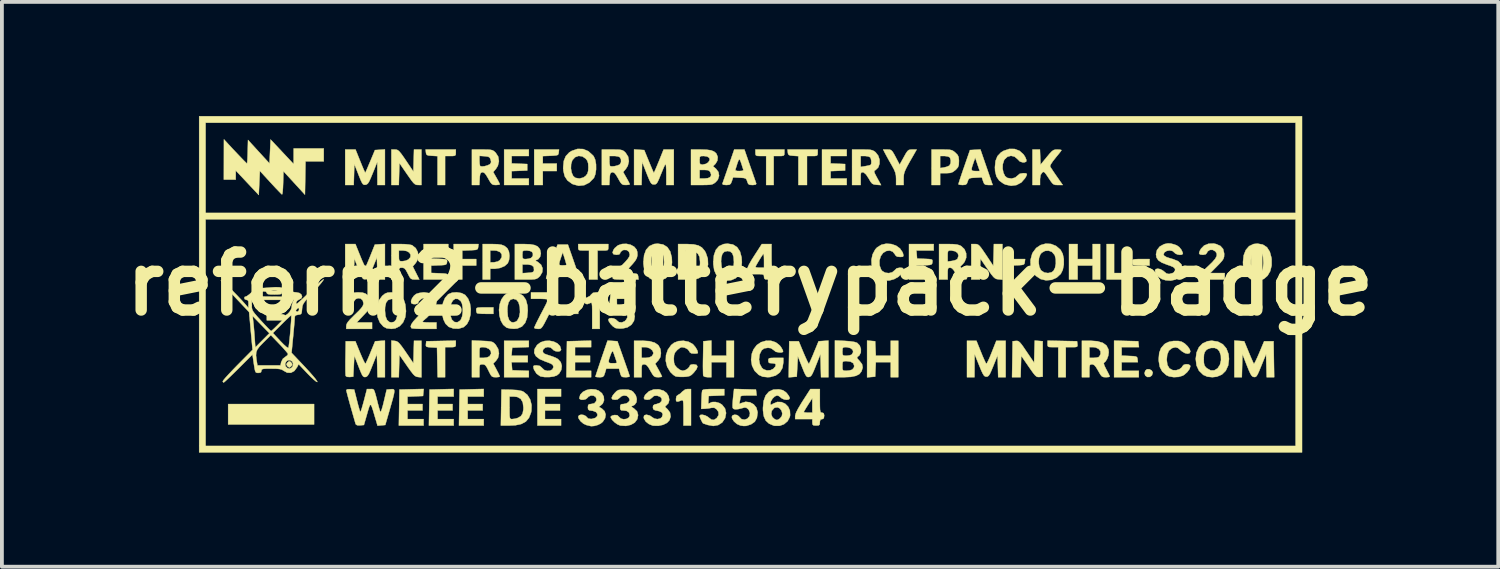
<source format=kicad_pcb>
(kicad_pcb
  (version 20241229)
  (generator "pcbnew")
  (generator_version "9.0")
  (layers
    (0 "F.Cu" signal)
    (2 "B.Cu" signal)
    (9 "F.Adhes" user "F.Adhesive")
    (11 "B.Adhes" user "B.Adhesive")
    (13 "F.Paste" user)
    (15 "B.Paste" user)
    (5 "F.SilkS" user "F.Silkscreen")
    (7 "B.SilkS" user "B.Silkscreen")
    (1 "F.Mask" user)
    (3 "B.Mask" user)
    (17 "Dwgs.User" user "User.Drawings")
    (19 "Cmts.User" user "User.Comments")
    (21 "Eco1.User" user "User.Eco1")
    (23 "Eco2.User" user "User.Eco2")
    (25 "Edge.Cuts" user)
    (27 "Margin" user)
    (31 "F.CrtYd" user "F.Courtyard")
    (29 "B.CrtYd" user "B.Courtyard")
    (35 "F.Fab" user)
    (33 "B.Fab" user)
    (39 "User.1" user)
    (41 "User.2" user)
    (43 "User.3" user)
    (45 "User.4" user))
  (footprint "reform2-batterypack-badge"
    (layer "F.Cu")
    (at 16.662 4.408)
    (property "Reference" "reform2-batterypack-badge" (at 0 0 0) (layer "F.SilkS") (effects (font (size 1.524 1.524) (thickness 0.3))))
    (attr through_hole)
    (fp_poly (pts (xy -11.458 3.697) (xy -13.716 3.697) (xy -13.716 3.161) (xy -11.458 3.161) (xy -11.458 3.697)) (stroke (width 0.01) (type solid)) (fill yes) (layer "F.SilkS"))
    (fp_poly (pts (xy -4.516 0.79) (xy -4.939 0.79) (xy -4.939 0.621) (xy -4.516 0.621) (xy -4.516 0.79)) (stroke (width 0.01) (type solid)) (fill yes) (layer "F.SilkS"))
    (fp_poly (pts (xy 9.567 -0.282) (xy 9.962 -0.282) (xy 9.962 -0.113) (xy 9.37 -0.113) (xy 9.37 -1.044) (xy 9.567 -1.044) (xy 9.567 -0.282)) (stroke (width 0.01) (type solid)) (fill yes) (layer "F.SilkS"))
    (fp_poly (pts (xy 10.554 2.279) (xy 10.583 2.331) (xy 10.583 2.338) (xy 10.561 2.407) (xy 10.508 2.447) (xy 10.442 2.45) (xy 10.387 2.414) (xy 10.367 2.352) (xy 10.386 2.286) (xy 10.431 2.246) (xy 10.495 2.246) (xy 10.554 2.279)) (stroke (width 0.01) (type solid)) (fill yes) (layer "F.SilkS"))
    (fp_poly (pts (xy -5.814 -3.358) (xy -6.265 -3.358) (xy -6.265 -3.163) (xy -5.856 -3.147) (xy -5.856 -2.977) (xy -6.265 -2.961) (xy -6.265 -2.766) (xy -5.814 -2.766) (xy -5.814 -2.596) (xy -6.463 -2.596) (xy -6.463 -3.528) (xy -5.814 -3.528) (xy -5.814 -3.358)) (stroke (width 0.01) (type solid)) (fill yes) (layer "F.SilkS"))
    (fp_poly (pts (xy -4.967 2.963) (xy -5.39 2.963) (xy -5.39 3.161) (xy -4.995 3.161) (xy -4.995 3.33) (xy -5.39 3.33) (xy -5.39 3.556) (xy -4.967 3.556) (xy -4.967 3.725) (xy -5.588 3.725) (xy -5.588 2.766) (xy -4.967 2.766) (xy -4.967 2.963)) (stroke (width 0.01) (type solid)) (fill yes) (layer "F.SilkS"))
    (fp_poly (pts (xy 2.54 -3.358) (xy 2.117 -3.358) (xy 2.117 -3.163) (xy 2.498 -3.147) (xy 2.498 -2.977) (xy 2.117 -2.961) (xy 2.117 -2.766) (xy 2.54 -2.766) (xy 2.54 -2.596) (xy 1.891 -2.596) (xy 1.891 -3.528) (xy 2.54 -3.528) (xy 2.54 -3.358)) (stroke (width 0.01) (type solid)) (fill yes) (layer "F.SilkS"))
    (fp_poly (pts (xy 8.608 -0.649) (xy 9.003 -0.649) (xy 9.003 -1.044) (xy 9.2 -1.044) (xy 9.2 -0.113) (xy 9.003 -0.113) (xy 9.003 -0.48) (xy 8.608 -0.48) (xy 8.608 -0.113) (xy 8.382 -0.113) (xy 8.382 -1.044) (xy 8.608 -1.044) (xy 8.608 -0.649)) (stroke (width 0.01) (type solid)) (fill yes) (layer "F.SilkS"))
    (fp_poly (pts (xy 12.813 -0.289) (xy 12.847 -0.235) (xy 12.836 -0.165) (xy 12.824 -0.145) (xy 12.778 -0.099) (xy 12.742 -0.085) (xy 12.698 -0.106) (xy 12.661 -0.145) (xy 12.636 -0.217) (xy 12.659 -0.277) (xy 12.72 -0.309) (xy 12.742 -0.31) (xy 12.813 -0.289)) (stroke (width 0.01) (type solid)) (fill yes) (layer "F.SilkS"))
    (fp_poly (pts (xy -12.082 2.046) (xy -12.06 2.067) (xy -12.03 2.11) (xy -12.044 2.15) (xy -12.05 2.158) (xy -12.089 2.194) (xy -12.107 2.201) (xy -12.141 2.182) (xy -12.165 2.158) (xy -12.186 2.116) (xy -12.162 2.075) (xy -12.154 2.067) (xy -12.115 2.035) (xy -12.082 2.046)) (stroke (width 0.01) (type solid)) (fill yes) (layer "F.SilkS"))
    (fp_poly (pts (xy -7.789 2.963) (xy -8.213 2.963) (xy -8.213 3.161) (xy -7.818 3.161) (xy -7.818 3.33) (xy -8.213 3.33) (xy -8.213 3.556) (xy -7.789 3.556) (xy -7.789 3.725) (xy -8.44 3.725) (xy -8.432 3.253) (xy -8.424 2.78) (xy -7.789 2.764) (xy -7.789 2.963)) (stroke (width 0.01) (type solid)) (fill yes) (layer "F.SilkS"))
    (fp_poly (pts (xy -6.999 2.963) (xy -7.422 2.963) (xy -7.422 3.161) (xy -7.027 3.161) (xy -7.027 3.33) (xy -7.422 3.33) (xy -7.422 3.556) (xy -6.999 3.556) (xy -6.999 3.725) (xy -7.65 3.725) (xy -7.642 3.253) (xy -7.634 2.78) (xy -6.999 2.764) (xy -6.999 2.963)) (stroke (width 0.01) (type solid)) (fill yes) (layer "F.SilkS"))
    (fp_poly (pts (xy -4.177 1.665) (xy -4.6 1.665) (xy -4.6 1.891) (xy -4.205 1.891) (xy -4.205 2.06) (xy -4.6 2.06) (xy -4.6 2.286) (xy -4.177 2.286) (xy -4.177 2.455) (xy -4.827 2.455) (xy -4.82 1.983) (xy -4.812 1.51) (xy -4.177 1.494) (xy -4.177 1.665)) (stroke (width 0.01) (type solid)) (fill yes) (layer "F.SilkS"))
    (fp_poly (pts (xy 3.288 1.51) (xy 3.305 1.891) (xy 3.697 1.891) (xy 3.697 1.496) (xy 3.895 1.496) (xy 3.895 2.455) (xy 3.697 2.455) (xy 3.697 2.06) (xy 3.305 2.06) (xy 3.288 2.441) (xy 3.182 2.45) (xy 3.076 2.459) (xy 3.076 1.492) (xy 3.288 1.51)) (stroke (width 0.01) (type solid)) (fill yes) (layer "F.SilkS"))
    (fp_poly (pts (xy -6.745 0.79) (xy -6.952 0.79) (xy -7.055 0.788) (xy -7.135 0.781) (xy -7.176 0.773) (xy -7.178 0.771) (xy -7.193 0.731) (xy -7.197 0.687) (xy -7.194 0.654) (xy -7.177 0.634) (xy -7.135 0.625) (xy -7.057 0.621) (xy -6.971 0.621) (xy -6.745 0.621) (xy -6.745 0.79)) (stroke (width 0.01) (type solid)) (fill yes) (layer "F.SilkS"))
    (fp_poly (pts (xy 10.499 -0.48) (xy 10.292 -0.48) (xy 10.188 -0.482) (xy 10.108 -0.489) (xy 10.067 -0.497) (xy 10.066 -0.499) (xy 10.051 -0.539) (xy 10.047 -0.583) (xy 10.05 -0.616) (xy 10.067 -0.636) (xy 10.109 -0.645) (xy 10.187 -0.649) (xy 10.273 -0.649) (xy 10.499 -0.649) (xy 10.499 -0.48)) (stroke (width 0.01) (type solid)) (fill yes) (layer "F.SilkS"))
    (fp_poly (pts (xy -8.585 2.857) (xy -8.594 2.949) (xy -9.003 2.966) (xy -9.003 3.161) (xy -8.608 3.161) (xy -8.608 3.33) (xy -9.003 3.33) (xy -9.003 3.556) (xy -8.58 3.556) (xy -8.58 3.725) (xy -9.23 3.725) (xy -9.222 3.253) (xy -9.215 2.78) (xy -8.895 2.772) (xy -8.576 2.764) (xy -8.585 2.857)) (stroke (width 0.01) (type solid)) (fill yes) (layer "F.SilkS"))
    (fp_poly (pts (xy -7.145 -0.967) (xy -7.153 -0.926) (xy -7.172 -0.903) (xy -7.215 -0.89) (xy -7.294 -0.884) (xy -7.359 -0.881) (xy -7.564 -0.872) (xy -7.564 -0.649) (xy -7.197 -0.649) (xy -7.197 -0.48) (xy -7.564 -0.48) (xy -7.564 -0.113) (xy -7.789 -0.113) (xy -7.789 -1.044) (xy -7.136 -1.044) (xy -7.145 -0.967)) (stroke (width 0.01) (type solid)) (fill yes) (layer "F.SilkS"))
    (fp_poly (pts (xy -5.029 -3.45) (xy -5.036 -3.41) (xy -5.055 -3.386) (xy -5.098 -3.374) (xy -5.178 -3.367) (xy -5.242 -3.364) (xy -5.447 -3.356) (xy -5.447 -3.161) (xy -5.08 -3.161) (xy -5.08 -2.963) (xy -5.447 -2.963) (xy -5.447 -2.596) (xy -5.673 -2.596) (xy -5.673 -3.528) (xy -5.02 -3.528) (xy -5.029 -3.45)) (stroke (width 0.01) (type solid)) (fill yes) (layer "F.SilkS"))
    (fp_poly (pts (xy -7.733 -3.443) (xy -7.736 -3.393) (xy -7.755 -3.368) (xy -7.804 -3.359) (xy -7.874 -3.358) (xy -8.015 -3.358) (xy -8.015 -2.596) (xy -8.213 -2.596) (xy -8.213 -3.355) (xy -8.361 -3.364) (xy -8.448 -3.371) (xy -8.493 -3.386) (xy -8.512 -3.416) (xy -8.518 -3.45) (xy -8.527 -3.528) (xy -7.733 -3.528) (xy -7.733 -3.443)) (stroke (width 0.01) (type solid)) (fill yes) (layer "F.SilkS"))
    (fp_poly (pts (xy -5.814 1.663) (xy -6.032 1.671) (xy -6.251 1.679) (xy -6.26 1.785) (xy -6.269 1.891) (xy -5.842 1.891) (xy -5.842 2.06) (xy -6.269 2.06) (xy -6.26 2.166) (xy -6.251 2.272) (xy -6.032 2.28) (xy -5.814 2.288) (xy -5.814 2.455) (xy -6.463 2.455) (xy -6.463 1.496) (xy -5.814 1.496) (xy -5.814 1.663)) (stroke (width 0.01) (type solid)) (fill yes) (layer "F.SilkS"))
    (fp_poly (pts (xy -3.725 -0.96) (xy -3.728 -0.909) (xy -3.747 -0.884) (xy -3.797 -0.876) (xy -3.866 -0.875) (xy -4.008 -0.875) (xy -4.008 -0.113) (xy -4.233 -0.113) (xy -4.233 -0.875) (xy -4.374 -0.875) (xy -4.458 -0.877) (xy -4.5 -0.888) (xy -4.514 -0.918) (xy -4.516 -0.96) (xy -4.516 -1.044) (xy -3.725 -1.044) (xy -3.725 -0.96)) (stroke (width 0.01) (type solid)) (fill yes) (layer "F.SilkS"))
    (fp_poly (pts (xy 0.903 -3.443) (xy 0.9 -3.393) (xy 0.881 -3.368) (xy 0.832 -3.359) (xy 0.762 -3.358) (xy 0.621 -3.358) (xy 0.621 -2.596) (xy 0.423 -2.596) (xy 0.423 -3.358) (xy 0.282 -3.358) (xy 0.199 -3.36) (xy 0.157 -3.372) (xy 0.143 -3.401) (xy 0.141 -3.443) (xy 0.141 -3.528) (xy 0.903 -3.528) (xy 0.903 -3.443)) (stroke (width 0.01) (type solid)) (fill yes) (layer "F.SilkS"))
    (fp_poly (pts (xy 1.778 -3.443) (xy 1.775 -3.393) (xy 1.756 -3.368) (xy 1.707 -3.359) (xy 1.637 -3.358) (xy 1.496 -3.358) (xy 1.496 -2.596) (xy 1.27 -2.596) (xy 1.27 -3.355) (xy 1.136 -3.364) (xy 1.054 -3.372) (xy 1.013 -3.39) (xy 0.996 -3.426) (xy 0.993 -3.45) (xy 0.984 -3.528) (xy 1.778 -3.528) (xy 1.778 -3.443)) (stroke (width 0.01) (type solid)) (fill yes) (layer "F.SilkS"))
    (fp_poly (pts (xy -7.733 1.58) (xy -7.736 1.63) (xy -7.755 1.655) (xy -7.804 1.664) (xy -7.874 1.665) (xy -8.015 1.665) (xy -8.015 2.455) (xy -8.211 2.455) (xy -8.227 1.679) (xy -8.377 1.671) (xy -8.463 1.664) (xy -8.507 1.651) (xy -8.52 1.625) (xy -8.518 1.586) (xy -8.509 1.51) (xy -8.121 1.502) (xy -7.733 1.494) (xy -7.733 1.58)) (stroke (width 0.01) (type solid)) (fill yes) (layer "F.SilkS"))
    (fp_poly (pts (xy 8.206 1.502) (xy 8.594 1.51) (xy 8.603 1.587) (xy 8.605 1.632) (xy 8.59 1.655) (xy 8.545 1.664) (xy 8.457 1.665) (xy 8.297 1.665) (xy 8.297 2.455) (xy 8.1 2.455) (xy 8.1 1.665) (xy 7.959 1.665) (xy 7.875 1.663) (xy 7.833 1.652) (xy 7.819 1.622) (xy 7.818 1.58) (xy 7.818 1.494) (xy 8.206 1.502)) (stroke (width 0.01) (type solid)) (fill yes) (layer "F.SilkS"))
    (fp_poly (pts (xy 10.202 1.51) (xy 10.22 1.665) (xy 9.765 1.665) (xy 9.765 1.888) (xy 9.97 1.897) (xy 10.075 1.902) (xy 10.137 1.911) (xy 10.168 1.928) (xy 10.18 1.958) (xy 10.183 1.983) (xy 10.192 2.06) (xy 9.765 2.06) (xy 9.765 2.286) (xy 10.216 2.286) (xy 10.216 2.455) (xy 9.567 2.455) (xy 9.567 1.494) (xy 10.202 1.51)) (stroke (width 0.01) (type solid)) (fill yes) (layer "F.SilkS"))
    (fp_poly (pts (xy 7.22 -0.572) (xy 7.212 -0.531) (xy 7.193 -0.507) (xy 7.149 -0.495) (xy 7.067 -0.488) (xy 7.012 -0.486) (xy 6.911 -0.484) (xy 6.833 -0.488) (xy 6.794 -0.497) (xy 6.793 -0.497) (xy 6.778 -0.539) (xy 6.773 -0.583) (xy 6.776 -0.616) (xy 6.793 -0.635) (xy 6.834 -0.645) (xy 6.912 -0.649) (xy 7.001 -0.649) (xy 7.229 -0.649) (xy 7.22 -0.572)) (stroke (width 0.01) (type solid)) (fill yes) (layer "F.SilkS"))
    (fp_poly (pts (xy 14.506 4.431) (xy -14.478 4.431) (xy -14.478 -1.693) (xy -14.309 -1.693) (xy -14.309 4.262) (xy 14.337 4.262) (xy 14.337 -1.693) (xy -14.309 -1.693) (xy -14.478 -1.693) (xy -14.478 -4.233) (xy -14.309 -4.233) (xy -14.309 -1.863) (xy 14.337 -1.863) (xy 14.337 -4.233) (xy -14.309 -4.233) (xy -14.478 -4.233) (xy -14.478 -4.403) (xy 14.506 -4.403) (xy 14.506 4.431)) (stroke (width 0.01) (type solid)) (fill yes) (layer "F.SilkS"))
    (fp_poly (pts (xy -1.552 3.725) (xy -1.75 3.725) (xy -1.75 3.384) (xy -1.75 3.24) (xy -1.753 3.145) (xy -1.759 3.088) (xy -1.77 3.062) (xy -1.787 3.058) (xy -1.799 3.062) (xy -1.883 3.093) (xy -1.927 3.096) (xy -1.945 3.069) (xy -1.947 3.025) (xy -1.933 2.953) (xy -1.892 2.921) (xy -1.834 2.887) (xy -1.782 2.835) (xy -1.705 2.777) (xy -1.64 2.766) (xy -1.552 2.766) (xy -1.552 3.725)) (stroke (width 0.01) (type solid)) (fill yes) (layer "F.SilkS"))
    (fp_poly (pts (xy -3.951 1.185) (xy -4.149 1.185) (xy -4.149 0.832) (xy -4.149 0.685) (xy -4.151 0.587) (xy -4.157 0.529) (xy -4.166 0.502) (xy -4.182 0.498) (xy -4.203 0.507) (xy -4.283 0.536) (xy -4.33 0.52) (xy -4.346 0.457) (xy -4.346 0.455) (xy -4.334 0.39) (xy -4.288 0.359) (xy -4.276 0.356) (xy -4.21 0.321) (xy -4.177 0.282) (xy -4.128 0.238) (xy -4.049 0.226) (xy -3.951 0.226) (xy -3.951 1.185)) (stroke (width 0.01) (type solid)) (fill yes) (layer "F.SilkS"))
    (fp_poly (pts (xy -1.016 1.891) (xy -0.621 1.891) (xy -0.621 1.496) (xy -0.423 1.496) (xy -0.423 2.455) (xy -0.621 2.455) (xy -0.621 2.06) (xy -1.016 2.06) (xy -1.016 2.455) (xy -1.116 2.455) (xy -1.186 2.446) (xy -1.227 2.423) (xy -1.229 2.419) (xy -1.234 2.379) (xy -1.236 2.294) (xy -1.238 2.173) (xy -1.237 2.028) (xy -1.235 1.946) (xy -1.228 1.51) (xy -1.122 1.501) (xy -1.016 1.492) (xy -1.016 1.891)) (stroke (width 0.01) (type solid)) (fill yes) (layer "F.SilkS"))
    (fp_poly (pts (xy -9.291 -3.525) (xy -9.255 -3.51) (xy -9.216 -3.476) (xy -9.166 -3.415) (xy -9.098 -3.32) (xy -9.043 -3.239) (xy -8.848 -2.949) (xy -8.832 -3.528) (xy -8.636 -3.528) (xy -8.636 -2.596) (xy -8.728 -2.597) (xy -8.769 -2.6) (xy -8.805 -2.616) (xy -8.846 -2.651) (xy -8.897 -2.714) (xy -8.967 -2.813) (xy -9.017 -2.884) (xy -9.215 -3.172) (xy -9.231 -2.596) (xy -9.426 -2.596) (xy -9.426 -3.528) (xy -9.333 -3.528) (xy -9.291 -3.525)) (stroke (width 0.01) (type solid)) (fill yes) (layer "F.SilkS"))
    (fp_poly (pts (xy 5.956 -1.042) (xy 5.992 -1.028) (xy 6.03 -0.997) (xy 6.077 -0.94) (xy 6.141 -0.848) (xy 6.202 -0.758) (xy 6.392 -0.471) (xy 6.408 -1.044) (xy 6.632 -1.044) (xy 6.632 -0.109) (xy 6.527 -0.118) (xy 6.479 -0.125) (xy 6.439 -0.143) (xy 6.397 -0.179) (xy 6.344 -0.243) (xy 6.273 -0.342) (xy 6.238 -0.393) (xy 6.054 -0.659) (xy 6.046 -0.386) (xy 6.038 -0.113) (xy 5.814 -0.113) (xy 5.814 -1.044) (xy 5.912 -1.044) (xy 5.956 -1.042)) (stroke (width 0.01) (type solid)) (fill yes) (layer "F.SilkS"))
    (fp_poly (pts (xy -9.335 1.501) (xy -9.293 1.51) (xy -9.253 1.532) (xy -9.209 1.575) (xy -9.151 1.648) (xy -9.073 1.758) (xy -9.045 1.799) (xy -8.848 2.088) (xy -8.84 1.792) (xy -8.832 1.496) (xy -8.636 1.496) (xy -8.636 2.459) (xy -8.727 2.45) (xy -8.769 2.441) (xy -8.809 2.419) (xy -8.855 2.374) (xy -8.913 2.3) (xy -8.993 2.189) (xy -9.016 2.155) (xy -9.215 1.869) (xy -9.223 2.162) (xy -9.231 2.455) (xy -9.426 2.455) (xy -9.426 1.492) (xy -9.335 1.501)) (stroke (width 0.01) (type solid)) (fill yes) (layer "F.SilkS"))
    (fp_poly (pts (xy 7.691 1.51) (xy 7.691 2.441) (xy 7.603 2.45) (xy 7.564 2.45) (xy 7.53 2.439) (xy 7.492 2.407) (xy 7.443 2.348) (xy 7.376 2.254) (xy 7.321 2.175) (xy 7.126 1.892) (xy 7.11 2.455) (xy 6.885 2.455) (xy 6.893 1.983) (xy 6.9 1.51) (xy 6.986 1.501) (xy 7.024 1.501) (xy 7.058 1.513) (xy 7.095 1.545) (xy 7.144 1.604) (xy 7.21 1.699) (xy 7.268 1.784) (xy 7.465 2.074) (xy 7.473 1.783) (xy 7.481 1.492) (xy 7.691 1.51)) (stroke (width 0.01) (type solid)) (fill yes) (layer "F.SilkS"))
    (fp_poly (pts (xy -7.93 -0.875) (xy -8.385 -0.875) (xy -8.377 -0.769) (xy -8.368 -0.663) (xy -8.162 -0.655) (xy -8.056 -0.65) (xy -7.995 -0.642) (xy -7.967 -0.627) (xy -7.961 -0.599) (xy -7.964 -0.57) (xy -7.971 -0.531) (xy -7.991 -0.507) (xy -8.034 -0.495) (xy -8.115 -0.488) (xy -8.177 -0.486) (xy -8.382 -0.477) (xy -8.382 -0.285) (xy -8.163 -0.276) (xy -8.053 -0.271) (xy -7.988 -0.264) (xy -7.954 -0.248) (xy -7.94 -0.221) (xy -7.936 -0.191) (xy -7.927 -0.113) (xy -8.58 -0.113) (xy -8.58 -1.044) (xy -7.93 -1.044) (xy -7.93 -0.875)) (stroke (width 0.01) (type solid)) (fill yes) (layer "F.SilkS"))
    (fp_poly (pts (xy 4.826 -0.875) (xy 4.371 -0.875) (xy 4.38 -0.769) (xy 4.389 -0.663) (xy 4.595 -0.655) (xy 4.701 -0.65) (xy 4.762 -0.642) (xy 4.789 -0.627) (xy 4.795 -0.599) (xy 4.792 -0.57) (xy 4.785 -0.531) (xy 4.766 -0.507) (xy 4.722 -0.495) (xy 4.642 -0.488) (xy 4.579 -0.486) (xy 4.374 -0.477) (xy 4.374 -0.285) (xy 4.593 -0.276) (xy 4.703 -0.271) (xy 4.769 -0.264) (xy 4.802 -0.248) (xy 4.816 -0.221) (xy 4.821 -0.191) (xy 4.83 -0.113) (xy 4.177 -0.113) (xy 4.177 -1.044) (xy 4.826 -1.044) (xy 4.826 -0.875)) (stroke (width 0.01) (type solid)) (fill yes) (layer "F.SilkS"))
    (fp_poly (pts (xy -6.635 -1.04) (xy -6.528 -1.024) (xy -6.45 -0.992) (xy -6.39 -0.942) (xy -6.372 -0.921) (xy -6.336 -0.841) (xy -6.323 -0.734) (xy -6.334 -0.625) (xy -6.368 -0.54) (xy -6.368 -0.54) (xy -6.45 -0.466) (xy -6.568 -0.416) (xy -6.706 -0.395) (xy -6.716 -0.395) (xy -6.83 -0.395) (xy -6.83 -0.113) (xy -7.027 -0.113) (xy -7.027 -0.875) (xy -6.83 -0.875) (xy -6.83 -0.564) (xy -6.731 -0.564) (xy -6.63 -0.585) (xy -6.576 -0.621) (xy -6.525 -0.699) (xy -6.526 -0.773) (xy -6.571 -0.833) (xy -6.656 -0.869) (xy -6.719 -0.875) (xy -6.83 -0.875) (xy -7.027 -0.875) (xy -7.027 -1.044) (xy -6.786 -1.044) (xy -6.635 -1.04)) (stroke (width 0.01) (type solid)) (fill yes) (layer "F.SilkS"))
    (fp_poly (pts (xy 6.068 1.792) (xy 6.117 1.912) (xy 6.161 2.011) (xy 6.193 2.078) (xy 6.208 2.102) (xy 6.226 2.083) (xy 6.259 2.02) (xy 6.302 1.924) (xy 6.35 1.805) (xy 6.472 1.496) (xy 6.717 1.496) (xy 6.717 2.455) (xy 6.521 2.455) (xy 6.513 2.169) (xy 6.505 1.882) (xy 6.392 2.162) (xy 6.34 2.287) (xy 6.302 2.369) (xy 6.271 2.415) (xy 6.241 2.437) (xy 6.21 2.441) (xy 6.178 2.436) (xy 6.149 2.414) (xy 6.118 2.366) (xy 6.079 2.285) (xy 6.027 2.16) (xy 6.021 2.145) (xy 5.901 1.849) (xy 5.898 2.455) (xy 5.701 2.455) (xy 5.701 1.496) (xy 5.949 1.496) (xy 6.068 1.792)) (stroke (width 0.01) (type solid)) (fill yes) (layer "F.SilkS"))
    (fp_poly (pts (xy -9.596 -2.596) (xy -9.793 -2.596) (xy -9.796 -3.203) (xy -9.916 -2.907) (xy -9.97 -2.777) (xy -10.01 -2.69) (xy -10.043 -2.638) (xy -10.074 -2.612) (xy -10.108 -2.602) (xy -10.109 -2.602) (xy -10.143 -2.602) (xy -10.171 -2.616) (xy -10.199 -2.655) (xy -10.233 -2.726) (xy -10.279 -2.839) (xy -10.291 -2.869) (xy -10.4 -3.145) (xy -10.408 -2.871) (xy -10.416 -2.596) (xy -10.64 -2.596) (xy -10.64 -3.528) (xy -10.368 -3.528) (xy -10.244 -3.219) (xy -10.195 -3.099) (xy -10.154 -3.002) (xy -10.125 -2.939) (xy -10.112 -2.917) (xy -10.099 -2.945) (xy -10.068 -3.014) (xy -10.026 -3.114) (xy -9.981 -3.219) (xy -9.858 -3.514) (xy -9.596 -3.531) (xy -9.596 -2.596)) (stroke (width 0.01) (type solid)) (fill yes) (layer "F.SilkS"))
    (fp_poly (pts (xy -5.08 0.311) (xy -5.093 0.368) (xy -5.128 0.465) (xy -5.183 0.592) (xy -5.252 0.74) (xy -5.278 0.791) (xy -5.353 0.939) (xy -5.408 1.045) (xy -5.449 1.115) (xy -5.481 1.157) (xy -5.51 1.178) (xy -5.542 1.185) (xy -5.574 1.185) (xy -5.639 1.178) (xy -5.672 1.161) (xy -5.673 1.158) (xy -5.66 1.124) (xy -5.626 1.05) (xy -5.574 0.946) (xy -5.511 0.822) (xy -5.489 0.781) (xy -5.423 0.654) (xy -5.367 0.545) (xy -5.327 0.463) (xy -5.307 0.419) (xy -5.306 0.414) (xy -5.332 0.405) (xy -5.401 0.399) (xy -5.5 0.395) (xy -5.532 0.395) (xy -5.757 0.395) (xy -5.757 0.226) (xy -5.08 0.226) (xy -5.08 0.311)) (stroke (width 0.01) (type solid)) (fill yes) (layer "F.SilkS"))
    (fp_poly (pts (xy -1.487 -1.036) (xy -1.359 -1.007) (xy -1.265 -0.952) (xy -1.193 -0.868) (xy -1.164 -0.817) (xy -1.111 -0.662) (xy -1.104 -0.505) (xy -1.143 -0.36) (xy -1.224 -0.237) (xy -1.295 -0.177) (xy -1.352 -0.145) (xy -1.414 -0.125) (xy -1.498 -0.116) (xy -1.619 -0.113) (xy -1.641 -0.113) (xy -1.891 -0.113) (xy -1.891 -0.282) (xy -1.693 -0.282) (xy -1.582 -0.282) (xy -1.464 -0.304) (xy -1.392 -0.35) (xy -1.345 -0.398) (xy -1.322 -0.449) (xy -1.314 -0.527) (xy -1.314 -0.577) (xy -1.328 -0.707) (xy -1.373 -0.793) (xy -1.456 -0.845) (xy -1.563 -0.868) (xy -1.693 -0.882) (xy -1.693 -0.282) (xy -1.891 -0.282) (xy -1.891 -1.044) (xy -1.658 -1.044) (xy -1.487 -1.036)) (stroke (width 0.01) (type solid)) (fill yes) (layer "F.SilkS"))
    (fp_poly (pts (xy 2.06 2.455) (xy 1.865 2.455) (xy 1.857 2.153) (xy 1.849 1.85) (xy 1.732 2.145) (xy 1.679 2.276) (xy 1.64 2.363) (xy 1.608 2.415) (xy 1.577 2.441) (xy 1.545 2.45) (xy 1.512 2.45) (xy 1.484 2.434) (xy 1.456 2.394) (xy 1.421 2.321) (xy 1.374 2.205) (xy 1.365 2.182) (xy 1.256 1.906) (xy 1.242 2.174) (xy 1.228 2.441) (xy 1.121 2.45) (xy 1.015 2.459) (xy 1.03 1.51) (xy 1.28 1.51) (xy 1.406 1.814) (xy 1.457 1.931) (xy 1.5 2.025) (xy 1.532 2.085) (xy 1.548 2.102) (xy 1.564 2.071) (xy 1.597 1.999) (xy 1.641 1.898) (xy 1.682 1.798) (xy 1.801 1.51) (xy 2.06 1.493) (xy 2.06 2.455)) (stroke (width 0.01) (type solid)) (fill yes) (layer "F.SilkS"))
    (fp_poly (pts (xy 12.858 1.501) (xy 12.987 1.51) (xy 13.106 1.798) (xy 13.155 1.916) (xy 13.198 2.014) (xy 13.228 2.08) (xy 13.241 2.102) (xy 13.257 2.084) (xy 13.289 2.024) (xy 13.333 1.929) (xy 13.383 1.814) (xy 13.51 1.51) (xy 13.758 1.51) (xy 13.766 1.983) (xy 13.774 2.455) (xy 13.577 2.455) (xy 13.569 2.152) (xy 13.561 1.849) (xy 13.437 2.153) (xy 13.383 2.284) (xy 13.344 2.371) (xy 13.314 2.422) (xy 13.287 2.446) (xy 13.258 2.451) (xy 13.243 2.45) (xy 13.209 2.44) (xy 13.179 2.412) (xy 13.147 2.359) (xy 13.106 2.269) (xy 13.056 2.145) (xy 12.94 1.85) (xy 12.924 2.455) (xy 12.728 2.455) (xy 12.728 1.493) (xy 12.858 1.501)) (stroke (width 0.01) (type solid)) (fill yes) (layer "F.SilkS"))
    (fp_poly (pts (xy -9.596 -0.113) (xy -9.791 -0.113) (xy -9.799 -0.402) (xy -9.807 -0.691) (xy -9.922 -0.409) (xy -9.975 -0.282) (xy -10.014 -0.199) (xy -10.047 -0.15) (xy -10.078 -0.126) (xy -10.109 -0.118) (xy -10.143 -0.118) (xy -10.171 -0.133) (xy -10.199 -0.171) (xy -10.233 -0.243) (xy -10.279 -0.356) (xy -10.291 -0.386) (xy -10.4 -0.662) (xy -10.408 -0.387) (xy -10.416 -0.113) (xy -10.64 -0.113) (xy -10.64 -1.044) (xy -10.371 -1.044) (xy -10.246 -0.734) (xy -10.197 -0.615) (xy -10.154 -0.52) (xy -10.122 -0.458) (xy -10.106 -0.439) (xy -10.106 -0.439) (xy -10.09 -0.47) (xy -10.058 -0.543) (xy -10.016 -0.644) (xy -9.976 -0.742) (xy -9.861 -1.03) (xy -9.728 -1.039) (xy -9.596 -1.047) (xy -9.596 -0.113)) (stroke (width 0.01) (type solid)) (fill yes) (layer "F.SilkS"))
    (fp_poly (pts (xy 3.667 -3.526) (xy 3.707 -3.512) (xy 3.742 -3.477) (xy 3.783 -3.411) (xy 3.827 -3.329) (xy 3.931 -3.13) (xy 4.041 -3.329) (xy 4.096 -3.428) (xy 4.137 -3.487) (xy 4.173 -3.516) (xy 4.216 -3.527) (xy 4.265 -3.528) (xy 4.379 -3.528) (xy 4.286 -3.365) (xy 4.196 -3.209) (xy 4.131 -3.091) (xy 4.087 -3.004) (xy 4.059 -2.936) (xy 4.044 -2.88) (xy 4.038 -2.825) (xy 4.036 -2.762) (xy 4.036 -2.759) (xy 4.036 -2.596) (xy 3.838 -2.596) (xy 3.838 -2.756) (xy 3.834 -2.844) (xy 3.817 -2.922) (xy 3.782 -3.007) (xy 3.722 -3.118) (xy 3.715 -3.13) (xy 3.652 -3.24) (xy 3.595 -3.344) (xy 3.553 -3.421) (xy 3.545 -3.436) (xy 3.498 -3.528) (xy 3.61 -3.528) (xy 3.667 -3.526)) (stroke (width 0.01) (type solid)) (fill yes) (layer "F.SilkS"))
    (fp_poly (pts (xy -6.291 2.784) (xy -6.119 2.794) (xy -5.998 2.818) (xy -5.958 2.835) (xy -5.852 2.92) (xy -5.779 3.041) (xy -5.742 3.186) (xy -5.747 3.343) (xy -5.758 3.391) (xy -5.811 3.524) (xy -5.893 3.621) (xy -6.009 3.684) (xy -6.166 3.718) (xy -6.322 3.725) (xy -6.549 3.725) (xy -6.541 3.253) (xy -6.536 2.963) (xy -6.322 2.963) (xy -6.322 3.26) (xy -6.321 3.392) (xy -6.319 3.477) (xy -6.311 3.526) (xy -6.296 3.549) (xy -6.273 3.556) (xy -6.253 3.556) (xy -6.174 3.546) (xy -6.107 3.527) (xy -6.025 3.48) (xy -5.977 3.409) (xy -5.957 3.302) (xy -5.956 3.251) (xy -5.973 3.116) (xy -6.027 3.024) (xy -6.118 2.974) (xy -6.208 2.963) (xy -6.322 2.963) (xy -6.536 2.963) (xy -6.533 2.78) (xy -6.291 2.784)) (stroke (width 0.01) (type solid)) (fill yes) (layer "F.SilkS"))
    (fp_poly (pts (xy 5.163 -3.527) (xy 5.248 -3.522) (xy 5.305 -3.509) (xy 5.349 -3.485) (xy 5.394 -3.448) (xy 5.397 -3.445) (xy 5.453 -3.388) (xy 5.48 -3.332) (xy 5.489 -3.251) (xy 5.489 -3.217) (xy 5.485 -3.125) (xy 5.464 -3.063) (xy 5.418 -3.009) (xy 5.397 -2.989) (xy 5.331 -2.939) (xy 5.264 -2.914) (xy 5.17 -2.907) (xy 5.15 -2.907) (xy 4.995 -2.907) (xy 4.995 -2.596) (xy 4.77 -2.596) (xy 4.77 -3.358) (xy 4.995 -3.358) (xy 4.995 -3.041) (xy 5.097 -3.057) (xy 5.176 -3.077) (xy 5.234 -3.104) (xy 5.238 -3.107) (xy 5.27 -3.164) (xy 5.275 -3.242) (xy 5.255 -3.311) (xy 5.244 -3.325) (xy 5.195 -3.347) (xy 5.118 -3.358) (xy 5.103 -3.358) (xy 4.995 -3.358) (xy 4.77 -3.358) (xy 4.77 -3.528) (xy 5.037 -3.528) (xy 5.163 -3.527)) (stroke (width 0.01) (type solid)) (fill yes) (layer "F.SilkS"))
    (fp_poly (pts (xy -2.781 -3.514) (xy -2.66 -3.219) (xy -2.611 -3.101) (xy -2.57 -3.004) (xy -2.541 -2.938) (xy -2.53 -2.916) (xy -2.517 -2.937) (xy -2.488 -3.001) (xy -2.447 -3.098) (xy -2.398 -3.217) (xy -2.397 -3.218) (xy -2.273 -3.528) (xy -2.004 -3.528) (xy -2.004 -2.596) (xy -2.201 -2.596) (xy -2.201 -2.883) (xy -2.203 -3) (xy -2.208 -3.09) (xy -2.216 -3.142) (xy -2.222 -3.15) (xy -2.241 -3.116) (xy -2.275 -3.042) (xy -2.317 -2.94) (xy -2.346 -2.87) (xy -2.395 -2.75) (xy -2.43 -2.675) (xy -2.46 -2.632) (xy -2.49 -2.614) (xy -2.526 -2.611) (xy -2.561 -2.614) (xy -2.59 -2.631) (xy -2.619 -2.671) (xy -2.653 -2.742) (xy -2.699 -2.853) (xy -2.72 -2.906) (xy -2.836 -3.202) (xy -2.844 -2.899) (xy -2.852 -2.596) (xy -3.048 -2.596) (xy -3.048 -3.531) (xy -2.781 -3.514)) (stroke (width 0.01) (type solid)) (fill yes) (layer "F.SilkS"))
    (fp_poly (pts (xy -2.285 -1.032) (xy -2.175 -0.964) (xy -2.099 -0.851) (xy -2.058 -0.695) (xy -2.051 -0.564) (xy -2.07 -0.383) (xy -2.125 -0.243) (xy -2.214 -0.146) (xy -2.335 -0.094) (xy -2.427 -0.085) (xy -2.552 -0.1) (xy -2.636 -0.144) (xy -2.727 -0.241) (xy -2.781 -0.365) (xy -2.802 -0.526) (xy -2.802 -0.565) (xy -2.8 -0.587) (xy -2.596 -0.587) (xy -2.584 -0.448) (xy -2.548 -0.341) (xy -2.495 -0.273) (xy -2.428 -0.25) (xy -2.354 -0.276) (xy -2.297 -0.346) (xy -2.265 -0.461) (xy -2.258 -0.57) (xy -2.268 -0.709) (xy -2.3 -0.8) (xy -2.357 -0.849) (xy -2.427 -0.861) (xy -2.51 -0.842) (xy -2.564 -0.783) (xy -2.591 -0.679) (xy -2.596 -0.587) (xy -2.8 -0.587) (xy -2.785 -0.751) (xy -2.733 -0.893) (xy -2.646 -0.991) (xy -2.526 -1.045) (xy -2.427 -1.055) (xy -2.285 -1.032)) (stroke (width 0.01) (type solid)) (fill yes) (layer "F.SilkS"))
    (fp_poly (pts (xy -0.45 -1.032) (xy -0.341 -0.963) (xy -0.265 -0.85) (xy -0.223 -0.694) (xy -0.215 -0.564) (xy -0.234 -0.384) (xy -0.288 -0.245) (xy -0.377 -0.147) (xy -0.499 -0.094) (xy -0.593 -0.085) (xy -0.717 -0.1) (xy -0.801 -0.144) (xy -0.889 -0.237) (xy -0.942 -0.356) (xy -0.965 -0.511) (xy -0.966 -0.563) (xy -0.964 -0.587) (xy -0.762 -0.587) (xy -0.749 -0.448) (xy -0.714 -0.341) (xy -0.66 -0.273) (xy -0.593 -0.25) (xy -0.519 -0.276) (xy -0.463 -0.346) (xy -0.431 -0.461) (xy -0.424 -0.57) (xy -0.434 -0.709) (xy -0.466 -0.8) (xy -0.523 -0.849) (xy -0.593 -0.861) (xy -0.676 -0.842) (xy -0.729 -0.783) (xy -0.757 -0.679) (xy -0.762 -0.587) (xy -0.964 -0.587) (xy -0.95 -0.749) (xy -0.899 -0.892) (xy -0.814 -0.99) (xy -0.694 -1.044) (xy -0.593 -1.055) (xy -0.45 -1.032)) (stroke (width 0.01) (type solid)) (fill yes) (layer "F.SilkS"))
    (fp_poly (pts (xy -9.596 2.455) (xy -9.791 2.455) (xy -9.799 2.153) (xy -9.807 1.85) (xy -9.924 2.145) (xy -9.977 2.277) (xy -10.016 2.363) (xy -10.049 2.415) (xy -10.079 2.441) (xy -10.109 2.45) (xy -10.142 2.449) (xy -10.169 2.433) (xy -10.197 2.393) (xy -10.231 2.319) (xy -10.278 2.202) (xy -10.289 2.174) (xy -10.4 1.889) (xy -10.414 2.165) (xy -10.428 2.441) (xy -10.52 2.45) (xy -10.595 2.445) (xy -10.627 2.421) (xy -10.631 2.38) (xy -10.634 2.294) (xy -10.635 2.173) (xy -10.635 2.028) (xy -10.633 1.946) (xy -10.626 1.51) (xy -10.372 1.51) (xy -10.248 1.814) (xy -10.198 1.931) (xy -10.155 2.025) (xy -10.123 2.084) (xy -10.107 2.101) (xy -10.09 2.069) (xy -10.056 1.997) (xy -10.012 1.895) (xy -9.972 1.797) (xy -9.854 1.51) (xy -9.725 1.501) (xy -9.596 1.493) (xy -9.596 2.455)) (stroke (width 0.01) (type solid)) (fill yes) (layer "F.SilkS"))
    (fp_poly (pts (xy 6.215 -3.063) (xy 6.376 -2.596) (xy 6.267 -2.596) (xy 6.193 -2.602) (xy 6.153 -2.628) (xy 6.126 -2.69) (xy 6.124 -2.697) (xy 6.091 -2.797) (xy 5.918 -2.788) (xy 5.822 -2.782) (xy 5.768 -2.77) (xy 5.74 -2.745) (xy 5.722 -2.698) (xy 5.719 -2.688) (xy 5.696 -2.628) (xy 5.658 -2.602) (xy 5.587 -2.596) (xy 5.584 -2.596) (xy 5.515 -2.601) (xy 5.478 -2.613) (xy 5.476 -2.618) (xy 5.485 -2.65) (xy 5.509 -2.727) (xy 5.546 -2.838) (xy 5.592 -2.974) (xy 5.604 -3.007) (xy 5.82 -3.007) (xy 5.834 -2.975) (xy 5.876 -2.965) (xy 5.925 -2.963) (xy 6.036 -2.963) (xy 5.976 -3.139) (xy 5.917 -3.315) (xy 5.868 -3.174) (xy 5.833 -3.07) (xy 5.82 -3.007) (xy 5.604 -3.007) (xy 5.628 -3.076) (xy 5.779 -3.514) (xy 5.916 -3.522) (xy 6.054 -3.53) (xy 6.215 -3.063)) (stroke (width 0.01) (type solid)) (fill yes) (layer "F.SilkS"))
    (fp_poly (pts (xy 7.634 -3.13) (xy 7.797 -3.329) (xy 7.876 -3.424) (xy 7.932 -3.482) (xy 7.978 -3.514) (xy 8.024 -3.526) (xy 8.072 -3.528) (xy 8.142 -3.524) (xy 8.182 -3.515) (xy 8.184 -3.512) (xy 8.167 -3.484) (xy 8.122 -3.425) (xy 8.056 -3.345) (xy 8.028 -3.31) (xy 7.958 -3.222) (xy 7.908 -3.147) (xy 7.885 -3.097) (xy 7.885 -3.088) (xy 7.907 -3.049) (xy 7.954 -2.977) (xy 8.017 -2.883) (xy 8.059 -2.823) (xy 8.217 -2.596) (xy 8.091 -2.596) (xy 8.027 -2.598) (xy 7.981 -2.611) (xy 7.941 -2.644) (xy 7.894 -2.707) (xy 7.845 -2.781) (xy 7.784 -2.872) (xy 7.744 -2.923) (xy 7.716 -2.941) (xy 7.691 -2.933) (xy 7.673 -2.917) (xy 7.635 -2.858) (xy 7.621 -2.763) (xy 7.62 -2.733) (xy 7.62 -2.596) (xy 7.422 -2.596) (xy 7.422 -3.528) (xy 7.618 -3.528) (xy 7.634 -3.13)) (stroke (width 0.01) (type solid)) (fill yes) (layer "F.SilkS"))
    (fp_poly (pts (xy -13.71 -3.669) (xy -13.599 -3.549) (xy -13.49 -3.434) (xy -13.391 -3.33) (xy -13.309 -3.245) (xy -13.25 -3.187) (xy -13.222 -3.161) (xy -13.22 -3.161) (xy -13.215 -3.187) (xy -13.21 -3.259) (xy -13.205 -3.364) (xy -13.202 -3.47) (xy -13.194 -3.78) (xy -12.912 -3.471) (xy -12.629 -3.163) (xy -12.601 -3.792) (xy -11.995 -3.147) (xy -11.994 -3.556) (xy -11.204 -3.556) (xy -11.204 -3.217) (xy -11.683 -3.217) (xy -11.69 -2.78) (xy -11.698 -2.342) (xy -12.263 -2.958) (xy -12.271 -2.648) (xy -12.276 -2.525) (xy -12.283 -2.426) (xy -12.292 -2.364) (xy -12.301 -2.347) (xy -12.327 -2.37) (xy -12.383 -2.428) (xy -12.463 -2.511) (xy -12.559 -2.614) (xy -12.603 -2.662) (xy -12.883 -2.967) (xy -12.912 -2.334) (xy -13.214 -2.655) (xy -13.517 -2.977) (xy -13.517 -2.857) (xy -13.518 -2.738) (xy -13.829 -2.738) (xy -13.828 -3.267) (xy -13.827 -3.796) (xy -13.71 -3.669)) (stroke (width 0.01) (type solid)) (fill yes) (layer "F.SilkS"))
    (fp_poly (pts (xy -10.187 0.232) (xy -10.113 0.255) (xy -10.049 0.299) (xy -9.992 0.358) (xy -9.967 0.423) (xy -9.962 0.496) (xy -9.966 0.557) (xy -9.98 0.609) (xy -10.013 0.664) (xy -10.072 0.735) (xy -10.149 0.818) (xy -10.336 1.016) (xy -9.934 1.016) (xy -9.934 1.185) (xy -10.612 1.185) (xy -10.612 1.106) (xy -10.603 1.06) (xy -10.571 1.006) (xy -10.511 0.935) (xy -10.415 0.839) (xy -10.386 0.811) (xy -10.283 0.711) (xy -10.216 0.637) (xy -10.178 0.582) (xy -10.162 0.535) (xy -10.16 0.509) (xy -10.181 0.433) (xy -10.234 0.388) (xy -10.302 0.378) (xy -10.368 0.404) (xy -10.415 0.47) (xy -10.453 0.521) (xy -10.522 0.536) (xy -10.526 0.536) (xy -10.587 0.529) (xy -10.609 0.497) (xy -10.612 0.463) (xy -10.59 0.391) (xy -10.534 0.313) (xy -10.529 0.308) (xy -10.471 0.259) (xy -10.411 0.234) (xy -10.325 0.226) (xy -10.291 0.226) (xy -10.187 0.232)) (stroke (width 0.01) (type solid)) (fill yes) (layer "F.SilkS"))
    (fp_poly (pts (xy -9.285 0.25) (xy -9.173 0.321) (xy -9.094 0.436) (xy -9.061 0.539) (xy -9.042 0.72) (xy -9.062 0.881) (xy -9.118 1.014) (xy -9.207 1.113) (xy -9.324 1.172) (xy -9.426 1.185) (xy -9.551 1.17) (xy -9.635 1.126) (xy -9.728 1.02) (xy -9.786 0.882) (xy -9.81 0.729) (xy -9.808 0.7) (xy -9.595 0.7) (xy -9.582 0.847) (xy -9.542 0.95) (xy -9.478 1.006) (xy -9.426 1.016) (xy -9.356 1.001) (xy -9.307 0.947) (xy -9.3 0.933) (xy -9.268 0.829) (xy -9.259 0.699) (xy -9.271 0.57) (xy -9.301 0.477) (xy -9.341 0.418) (xy -9.393 0.399) (xy -9.434 0.4) (xy -9.514 0.428) (xy -9.565 0.495) (xy -9.591 0.607) (xy -9.595 0.7) (xy -9.808 0.7) (xy -9.798 0.574) (xy -9.751 0.432) (xy -9.667 0.318) (xy -9.667 0.318) (xy -9.594 0.259) (xy -9.524 0.232) (xy -9.428 0.226) (xy -9.428 0.226) (xy -9.285 0.25)) (stroke (width 0.01) (type solid)) (fill yes) (layer "F.SilkS"))
    (fp_poly (pts (xy 6.953 -3.543) (xy 7.082 -3.494) (xy 7.187 -3.399) (xy 7.231 -3.331) (xy 7.263 -3.252) (xy 7.255 -3.208) (xy 7.205 -3.19) (xy 7.172 -3.189) (xy 7.092 -3.213) (xy 7.032 -3.274) (xy 6.951 -3.342) (xy 6.857 -3.364) (xy 6.765 -3.339) (xy 6.689 -3.27) (xy 6.674 -3.244) (xy 6.641 -3.14) (xy 6.637 -3.026) (xy 6.659 -2.917) (xy 6.702 -2.83) (xy 6.76 -2.783) (xy 6.87 -2.765) (xy 6.968 -2.791) (xy 7.022 -2.836) (xy 7.087 -2.891) (xy 7.178 -2.907) (xy 7.18 -2.907) (xy 7.249 -2.903) (xy 7.276 -2.884) (xy 7.263 -2.838) (xy 7.226 -2.774) (xy 7.128 -2.662) (xy 7.002 -2.595) (xy 6.861 -2.576) (xy 6.713 -2.607) (xy 6.663 -2.63) (xy 6.548 -2.712) (xy 6.475 -2.82) (xy 6.44 -2.963) (xy 6.435 -3.062) (xy 6.451 -3.228) (xy 6.502 -3.355) (xy 6.593 -3.451) (xy 6.663 -3.494) (xy 6.81 -3.544) (xy 6.953 -3.543)) (stroke (width 0.01) (type solid)) (fill yes) (layer "F.SilkS"))
    (fp_poly (pts (xy 12.244 -1.045) (xy 12.361 -0.995) (xy 12.432 -0.915) (xy 12.459 -0.801) (xy 12.46 -0.774) (xy 12.457 -0.712) (xy 12.442 -0.661) (xy 12.408 -0.607) (xy 12.347 -0.538) (xy 12.277 -0.466) (xy 12.095 -0.282) (xy 12.474 -0.282) (xy 12.474 -0.113) (xy 12.136 -0.113) (xy 11.993 -0.113) (xy 11.897 -0.116) (xy 11.839 -0.122) (xy 11.809 -0.133) (xy 11.798 -0.152) (xy 11.797 -0.178) (xy 11.815 -0.228) (xy 11.871 -0.3) (xy 11.97 -0.399) (xy 12.023 -0.448) (xy 12.146 -0.566) (xy 12.225 -0.658) (xy 12.264 -0.731) (xy 12.266 -0.792) (xy 12.233 -0.846) (xy 12.226 -0.853) (xy 12.157 -0.892) (xy 12.083 -0.89) (xy 12.025 -0.851) (xy 12.009 -0.818) (xy 11.978 -0.777) (xy 11.911 -0.762) (xy 11.894 -0.762) (xy 11.826 -0.77) (xy 11.8 -0.8) (xy 11.816 -0.858) (xy 11.852 -0.923) (xy 11.934 -1.006) (xy 12.048 -1.052) (xy 12.181 -1.058) (xy 12.244 -1.045)) (stroke (width 0.01) (type solid)) (fill yes) (layer "F.SilkS"))
    (fp_poly (pts (xy -9.066 -1.041) (xy -8.963 -1.031) (xy -8.893 -1.017) (xy -8.881 -1.013) (xy -8.786 -0.936) (xy -8.731 -0.831) (xy -8.72 -0.713) (xy -8.754 -0.597) (xy -8.792 -0.54) (xy -8.864 -0.455) (xy -8.692 -0.113) (xy -8.805 -0.113) (xy -8.869 -0.116) (xy -8.912 -0.133) (xy -8.947 -0.175) (xy -8.989 -0.256) (xy -8.995 -0.268) (xy -9.042 -0.356) (xy -9.08 -0.403) (xy -9.121 -0.421) (xy -9.15 -0.423) (xy -9.195 -0.42) (xy -9.218 -0.402) (xy -9.227 -0.354) (xy -9.229 -0.268) (xy -9.229 -0.113) (xy -9.426 -0.113) (xy -9.426 -0.875) (xy -9.229 -0.875) (xy -9.229 -0.734) (xy -9.227 -0.65) (xy -9.216 -0.609) (xy -9.185 -0.594) (xy -9.136 -0.593) (xy -9.05 -0.606) (xy -8.981 -0.637) (xy -8.926 -0.698) (xy -8.921 -0.764) (xy -8.957 -0.822) (xy -9.031 -0.862) (xy -9.118 -0.875) (xy -9.229 -0.875) (xy -9.426 -0.875) (xy -9.426 -1.044) (xy -9.184 -1.044) (xy -9.066 -1.041)) (stroke (width 0.01) (type solid)) (fill yes) (layer "F.SilkS"))
    (fp_poly (pts (xy -6.078 0.247) (xy -5.967 0.312) (xy -5.891 0.42) (xy -5.85 0.572) (xy -5.842 0.706) (xy -5.859 0.888) (xy -5.911 1.028) (xy -5.996 1.124) (xy -6.114 1.175) (xy -6.206 1.183) (xy -6.3 1.176) (xy -6.381 1.158) (xy -6.4 1.151) (xy -6.487 1.079) (xy -6.55 0.97) (xy -6.587 0.835) (xy -6.596 0.706) (xy -6.378 0.706) (xy -6.366 0.857) (xy -6.33 0.958) (xy -6.27 1.009) (xy -6.226 1.016) (xy -6.155 0.996) (xy -6.118 0.967) (xy -6.069 0.875) (xy -6.046 0.749) (xy -6.052 0.606) (xy -6.053 0.605) (xy -6.086 0.486) (xy -6.143 0.417) (xy -6.223 0.395) (xy -6.298 0.419) (xy -6.348 0.49) (xy -6.374 0.61) (xy -6.378 0.706) (xy -6.596 0.706) (xy -6.598 0.689) (xy -6.581 0.543) (xy -6.535 0.412) (xy -6.461 0.308) (xy -6.457 0.305) (xy -6.393 0.256) (xy -6.325 0.232) (xy -6.227 0.226) (xy -6.224 0.226) (xy -6.078 0.247)) (stroke (width 0.01) (type solid)) (fill yes) (layer "F.SilkS"))
    (fp_poly (pts (xy 1.834 3.076) (xy 1.835 3.212) (xy 1.838 3.301) (xy 1.846 3.354) (xy 1.859 3.379) (xy 1.88 3.386) (xy 1.891 3.387) (xy 1.932 3.4) (xy 1.947 3.449) (xy 1.947 3.471) (xy 1.938 3.533) (xy 1.905 3.555) (xy 1.891 3.556) (xy 1.85 3.569) (xy 1.835 3.619) (xy 1.834 3.641) (xy 1.829 3.698) (xy 1.801 3.721) (xy 1.736 3.725) (xy 1.669 3.721) (xy 1.642 3.697) (xy 1.637 3.641) (xy 1.637 3.556) (xy 1.185 3.556) (xy 1.185 3.472) (xy 1.204 3.401) (xy 1.218 3.371) (xy 1.411 3.371) (xy 1.436 3.381) (xy 1.499 3.386) (xy 1.524 3.387) (xy 1.637 3.387) (xy 1.636 3.196) (xy 1.636 3.006) (xy 1.523 3.181) (xy 1.469 3.268) (xy 1.429 3.335) (xy 1.411 3.37) (xy 1.411 3.371) (xy 1.218 3.371) (xy 1.259 3.287) (xy 1.351 3.132) (xy 1.386 3.077) (xy 1.586 2.766) (xy 1.834 2.766) (xy 1.834 3.076)) (stroke (width 0.01) (type solid)) (fill yes) (layer "F.SilkS"))
    (fp_poly (pts (xy 7.909 -1.047) (xy 8.042 -0.994) (xy 8.158 -0.895) (xy 8.161 -0.891) (xy 8.217 -0.786) (xy 8.245 -0.65) (xy 8.245 -0.504) (xy 8.218 -0.366) (xy 8.166 -0.261) (xy 8.059 -0.162) (xy 7.924 -0.103) (xy 7.778 -0.09) (xy 7.635 -0.124) (xy 7.634 -0.125) (xy 7.509 -0.209) (xy 7.421 -0.327) (xy 7.374 -0.47) (xy 7.372 -0.563) (xy 7.584 -0.563) (xy 7.6 -0.449) (xy 7.642 -0.36) (xy 7.65 -0.351) (xy 7.732 -0.297) (xy 7.83 -0.281) (xy 7.923 -0.302) (xy 7.973 -0.338) (xy 8.015 -0.419) (xy 8.036 -0.53) (xy 8.034 -0.648) (xy 8.008 -0.749) (xy 8.004 -0.757) (xy 7.936 -0.835) (xy 7.846 -0.871) (xy 7.75 -0.864) (xy 7.664 -0.815) (xy 7.631 -0.776) (xy 7.594 -0.679) (xy 7.584 -0.563) (xy 7.372 -0.563) (xy 7.37 -0.626) (xy 7.413 -0.785) (xy 7.429 -0.819) (xy 7.519 -0.94) (xy 7.636 -1.018) (xy 7.77 -1.055) (xy 7.909 -1.047)) (stroke (width 0.01) (type solid)) (fill yes) (layer "F.SilkS"))
    (fp_poly (pts (xy 12.294 1.52) (xy 12.424 1.589) (xy 12.518 1.699) (xy 12.574 1.846) (xy 12.587 1.976) (xy 12.565 2.147) (xy 12.502 2.285) (xy 12.401 2.385) (xy 12.267 2.442) (xy 12.15 2.455) (xy 12.02 2.442) (xy 11.917 2.398) (xy 11.907 2.391) (xy 11.798 2.286) (xy 11.733 2.146) (xy 11.713 1.979) (xy 11.924 1.979) (xy 11.927 2.078) (xy 11.94 2.141) (xy 11.97 2.187) (xy 12.003 2.218) (xy 12.101 2.275) (xy 12.197 2.277) (xy 12.286 2.223) (xy 12.29 2.219) (xy 12.35 2.125) (xy 12.377 2.009) (xy 12.373 1.887) (xy 12.337 1.78) (xy 12.287 1.718) (xy 12.208 1.685) (xy 12.112 1.686) (xy 12.021 1.719) (xy 11.987 1.745) (xy 11.95 1.794) (xy 11.93 1.857) (xy 11.924 1.954) (xy 11.924 1.979) (xy 11.713 1.979) (xy 11.712 1.976) (xy 11.734 1.806) (xy 11.796 1.668) (xy 11.894 1.567) (xy 12.023 1.509) (xy 12.133 1.496) (xy 12.294 1.52)) (stroke (width 0.01) (type solid)) (fill yes) (layer "F.SilkS"))
    (fp_poly (pts (xy -7.589 0.243) (xy -7.492 0.29) (xy -7.486 0.295) (xy -7.409 0.392) (xy -7.36 0.519) (xy -7.34 0.662) (xy -7.347 0.809) (xy -7.381 0.947) (xy -7.44 1.06) (xy -7.525 1.138) (xy -7.532 1.141) (xy -7.659 1.18) (xy -7.796 1.176) (xy -7.918 1.132) (xy -7.919 1.132) (xy -8.004 1.049) (xy -8.061 0.931) (xy -8.092 0.79) (xy -8.093 0.706) (xy -7.883 0.706) (xy -7.871 0.846) (xy -7.837 0.942) (xy -7.836 0.943) (xy -7.77 1.004) (xy -7.695 1.013) (xy -7.624 0.97) (xy -7.599 0.94) (xy -7.566 0.855) (xy -7.55 0.743) (xy -7.552 0.625) (xy -7.571 0.521) (xy -7.605 0.452) (xy -7.679 0.398) (xy -7.749 0.395) (xy -7.81 0.438) (xy -7.856 0.522) (xy -7.881 0.642) (xy -7.883 0.706) (xy -8.093 0.706) (xy -8.094 0.641) (xy -8.069 0.497) (xy -8.017 0.372) (xy -7.936 0.279) (xy -7.927 0.272) (xy -7.83 0.233) (xy -7.71 0.224) (xy -7.589 0.243)) (stroke (width 0.01) (type solid)) (fill yes) (layer "F.SilkS"))
    (fp_poly (pts (xy -4.386 -3.541) (xy -4.25 -3.484) (xy -4.128 -3.373) (xy -4.108 -3.348) (xy -4.069 -3.259) (xy -4.048 -3.138) (xy -4.047 -3.005) (xy -4.065 -2.881) (xy -4.101 -2.787) (xy -4.108 -2.777) (xy -4.226 -2.658) (xy -4.36 -2.591) (xy -4.504 -2.576) (xy -4.652 -2.615) (xy -4.682 -2.63) (xy -4.798 -2.715) (xy -4.871 -2.825) (xy -4.906 -2.97) (xy -4.909 -3.032) (xy -4.708 -3.032) (xy -4.689 -2.923) (xy -4.65 -2.835) (xy -4.594 -2.785) (xy -4.484 -2.766) (xy -4.378 -2.793) (xy -4.317 -2.838) (xy -4.274 -2.896) (xy -4.254 -2.969) (xy -4.249 -3.062) (xy -4.255 -3.165) (xy -4.278 -3.235) (xy -4.317 -3.287) (xy -4.407 -3.348) (xy -4.505 -3.361) (xy -4.597 -3.328) (xy -4.668 -3.251) (xy -4.672 -3.244) (xy -4.703 -3.144) (xy -4.708 -3.032) (xy -4.909 -3.032) (xy -4.911 -3.062) (xy -4.895 -3.228) (xy -4.843 -3.355) (xy -4.753 -3.451) (xy -4.683 -3.494) (xy -4.532 -3.545) (xy -4.386 -3.541)) (stroke (width 0.01) (type solid)) (fill yes) (layer "F.SilkS"))
    (fp_poly (pts (xy 13.476 -1.03) (xy 13.584 -0.96) (xy 13.659 -0.843) (xy 13.703 -0.681) (xy 13.707 -0.648) (xy 13.707 -0.48) (xy 13.67 -0.332) (xy 13.6 -0.212) (xy 13.503 -0.128) (xy 13.383 -0.088) (xy 13.341 -0.086) (xy 13.245 -0.097) (xy 13.158 -0.122) (xy 13.145 -0.129) (xy 13.055 -0.208) (xy 12.991 -0.331) (xy 12.958 -0.486) (xy 12.957 -0.513) (xy 13.162 -0.513) (xy 13.181 -0.399) (xy 13.218 -0.316) (xy 13.226 -0.307) (xy 13.298 -0.261) (xy 13.377 -0.264) (xy 13.444 -0.314) (xy 13.446 -0.317) (xy 13.477 -0.399) (xy 13.49 -0.532) (xy 13.49 -0.564) (xy 13.481 -0.71) (xy 13.451 -0.806) (xy 13.397 -0.858) (xy 13.317 -0.87) (xy 13.311 -0.869) (xy 13.25 -0.855) (xy 13.213 -0.817) (xy 13.184 -0.748) (xy 13.163 -0.636) (xy 13.162 -0.513) (xy 12.957 -0.513) (xy 12.954 -0.57) (xy 12.973 -0.748) (xy 13.028 -0.888) (xy 13.115 -0.989) (xy 13.233 -1.045) (xy 13.335 -1.056) (xy 13.476 -1.03)) (stroke (width 0.01) (type solid)) (fill yes) (layer "F.SilkS"))
    (fp_poly (pts (xy 3.711 -1.045) (xy 3.836 -1.003) (xy 3.939 -0.929) (xy 4.008 -0.828) (xy 4.023 -0.783) (xy 4.031 -0.732) (xy 4.012 -0.71) (xy 3.953 -0.706) (xy 3.939 -0.706) (xy 3.863 -0.714) (xy 3.82 -0.749) (xy 3.805 -0.777) (xy 3.747 -0.846) (xy 3.668 -0.874) (xy 3.58 -0.862) (xy 3.497 -0.812) (xy 3.434 -0.726) (xy 3.4 -0.609) (xy 3.403 -0.486) (xy 3.441 -0.379) (xy 3.474 -0.336) (xy 3.552 -0.291) (xy 3.647 -0.28) (xy 3.737 -0.302) (xy 3.798 -0.353) (xy 3.855 -0.407) (xy 3.938 -0.423) (xy 3.94 -0.423) (xy 4.007 -0.416) (xy 4.031 -0.388) (xy 4.015 -0.332) (xy 3.979 -0.267) (xy 3.9 -0.185) (xy 3.788 -0.122) (xy 3.664 -0.088) (xy 3.619 -0.085) (xy 3.546 -0.097) (xy 3.455 -0.129) (xy 3.423 -0.143) (xy 3.314 -0.227) (xy 3.238 -0.344) (xy 3.196 -0.483) (xy 3.19 -0.631) (xy 3.221 -0.775) (xy 3.29 -0.903) (xy 3.338 -0.955) (xy 3.45 -1.025) (xy 3.578 -1.054) (xy 3.711 -1.045)) (stroke (width 0.01) (type solid)) (fill yes) (layer "F.SilkS"))
    (fp_poly (pts (xy 11.346 1.524) (xy 11.428 1.574) (xy 11.503 1.647) (xy 11.555 1.724) (xy 11.571 1.78) (xy 11.551 1.824) (xy 11.498 1.837) (xy 11.427 1.821) (xy 11.351 1.776) (xy 11.321 1.75) (xy 11.246 1.687) (xy 11.179 1.668) (xy 11.1 1.688) (xy 11.082 1.696) (xy 11.006 1.758) (xy 10.963 1.862) (xy 10.95 1.999) (xy 10.968 2.133) (xy 11.021 2.223) (xy 11.109 2.27) (xy 11.197 2.273) (xy 11.283 2.246) (xy 11.346 2.198) (xy 11.36 2.17) (xy 11.395 2.131) (xy 11.454 2.114) (xy 11.517 2.117) (xy 11.562 2.142) (xy 11.571 2.169) (xy 11.548 2.241) (xy 11.49 2.32) (xy 11.411 2.39) (xy 11.372 2.414) (xy 11.263 2.447) (xy 11.135 2.454) (xy 11.013 2.434) (xy 10.939 2.401) (xy 10.832 2.305) (xy 10.767 2.183) (xy 10.74 2.025) (xy 10.739 1.976) (xy 10.753 1.815) (xy 10.8 1.691) (xy 10.884 1.593) (xy 10.915 1.569) (xy 11.007 1.526) (xy 11.129 1.503) (xy 11.253 1.503) (xy 11.346 1.524)) (stroke (width 0.01) (type solid)) (fill yes) (layer "F.SilkS"))
    (fp_poly (pts (xy -3.138 -1.025) (xy -3.044 -0.973) (xy -2.981 -0.897) (xy -2.963 -0.833) (xy -2.96 -0.748) (xy -2.977 -0.676) (xy -3.02 -0.602) (xy -3.096 -0.51) (xy -3.135 -0.468) (xy -3.306 -0.285) (xy -3.128 -0.277) (xy -3.03 -0.27) (xy -2.976 -0.26) (xy -2.951 -0.238) (xy -2.941 -0.199) (xy -2.94 -0.191) (xy -2.931 -0.113) (xy -3.272 -0.113) (xy -3.415 -0.113) (xy -3.511 -0.116) (xy -3.57 -0.122) (xy -3.6 -0.133) (xy -3.611 -0.152) (xy -3.612 -0.177) (xy -3.59 -0.234) (xy -3.521 -0.324) (xy -3.407 -0.446) (xy -3.387 -0.466) (xy -3.281 -0.574) (xy -3.212 -0.654) (xy -3.174 -0.714) (xy -3.161 -0.762) (xy -3.161 -0.769) (xy -3.184 -0.844) (xy -3.243 -0.887) (xy -3.32 -0.89) (xy -3.355 -0.877) (xy -3.402 -0.836) (xy -3.415 -0.803) (xy -3.438 -0.772) (xy -3.509 -0.762) (xy -3.514 -0.762) (xy -3.588 -0.776) (xy -3.614 -0.819) (xy -3.591 -0.888) (xy -3.554 -0.941) (xy -3.47 -1.011) (xy -3.364 -1.046) (xy -3.249 -1.05) (xy -3.138 -1.025)) (stroke (width 0.01) (type solid)) (fill yes) (layer "F.SilkS"))
    (fp_poly (pts (xy -3.076 0.395) (xy -3.5 0.395) (xy -3.5 0.491) (xy -3.497 0.555) (xy -3.477 0.575) (xy -3.423 0.564) (xy -3.407 0.559) (xy -3.287 0.549) (xy -3.176 0.588) (xy -3.089 0.669) (xy -3.059 0.723) (xy -3.03 0.855) (xy -3.051 0.975) (xy -3.117 1.075) (xy -3.222 1.145) (xy -3.35 1.175) (xy -3.444 1.176) (xy -3.523 1.166) (xy -3.545 1.159) (xy -3.606 1.117) (xy -3.668 1.052) (xy -3.713 0.984) (xy -3.725 0.942) (xy -3.703 0.911) (xy -3.649 0.901) (xy -3.583 0.911) (xy -3.526 0.938) (xy -3.506 0.96) (xy -3.447 1.008) (xy -3.37 1.016) (xy -3.295 0.985) (xy -3.255 0.942) (xy -3.224 0.884) (xy -3.228 0.835) (xy -3.248 0.794) (xy -3.307 0.735) (xy -3.386 0.708) (xy -3.464 0.72) (xy -3.486 0.734) (xy -3.546 0.753) (xy -3.611 0.748) (xy -3.655 0.735) (xy -3.682 0.712) (xy -3.695 0.67) (xy -3.696 0.597) (xy -3.688 0.484) (xy -3.679 0.399) (xy -3.661 0.226) (xy -3.076 0.226) (xy -3.076 0.395)) (stroke (width 0.01) (type solid)) (fill yes) (layer "F.SilkS"))
    (fp_poly (pts (xy -2.646 1.508) (xy -2.505 1.548) (xy -2.41 1.615) (xy -2.356 1.713) (xy -2.342 1.822) (xy -2.357 1.927) (xy -2.409 2.011) (xy -2.418 2.02) (xy -2.493 2.101) (xy -2.403 2.262) (xy -2.358 2.347) (xy -2.326 2.411) (xy -2.314 2.439) (xy -2.339 2.45) (xy -2.401 2.455) (xy -2.42 2.455) (xy -2.478 2.451) (xy -2.52 2.434) (xy -2.557 2.391) (xy -2.605 2.311) (xy -2.619 2.286) (xy -2.675 2.191) (xy -2.719 2.139) (xy -2.761 2.118) (xy -2.781 2.117) (xy -2.819 2.12) (xy -2.84 2.14) (xy -2.849 2.19) (xy -2.85 2.282) (xy -2.85 2.286) (xy -2.85 2.455) (xy -3.048 2.455) (xy -3.048 1.665) (xy -2.85 1.665) (xy -2.85 1.947) (xy -2.74 1.947) (xy -2.652 1.936) (xy -2.589 1.907) (xy -2.584 1.903) (xy -2.548 1.85) (xy -2.54 1.818) (xy -2.565 1.754) (xy -2.63 1.699) (xy -2.715 1.668) (xy -2.752 1.665) (xy -2.85 1.665) (xy -3.048 1.665) (xy -3.048 1.496) (xy -2.835 1.496) (xy -2.646 1.508)) (stroke (width 0.01) (type solid)) (fill yes) (layer "F.SilkS"))
    (fp_poly (pts (xy -8.425 0.247) (xy -8.323 0.306) (xy -8.259 0.395) (xy -8.241 0.489) (xy -8.262 0.574) (xy -8.318 0.68) (xy -8.399 0.79) (xy -8.495 0.891) (xy -8.535 0.924) (xy -8.585 0.968) (xy -8.608 0.998) (xy -8.608 0.999) (xy -8.582 1.008) (xy -8.515 1.014) (xy -8.424 1.016) (xy -8.241 1.016) (xy -8.241 1.185) (xy -8.561 1.185) (xy -8.69 1.184) (xy -8.798 1.18) (xy -8.872 1.173) (xy -8.899 1.167) (xy -8.919 1.125) (xy -8.904 1.068) (xy -8.851 0.991) (xy -8.758 0.888) (xy -8.678 0.809) (xy -8.559 0.69) (xy -8.483 0.6) (xy -8.445 0.53) (xy -8.444 0.476) (xy -8.477 0.431) (xy -8.509 0.407) (xy -8.564 0.377) (xy -8.608 0.382) (xy -8.65 0.407) (xy -8.701 0.453) (xy -8.721 0.495) (xy -8.744 0.523) (xy -8.798 0.536) (xy -8.859 0.532) (xy -8.902 0.51) (xy -8.905 0.506) (xy -8.91 0.452) (xy -8.882 0.381) (xy -8.832 0.312) (xy -8.775 0.267) (xy -8.698 0.242) (xy -8.597 0.227) (xy -8.556 0.226) (xy -8.425 0.247)) (stroke (width 0.01) (type solid)) (fill yes) (layer "F.SilkS"))
    (fp_poly (pts (xy -3.615 1.501) (xy -3.485 1.51) (xy -3.325 1.961) (xy -3.272 2.112) (xy -3.226 2.243) (xy -3.19 2.347) (xy -3.168 2.414) (xy -3.163 2.434) (xy -3.186 2.447) (xy -3.248 2.455) (xy -3.273 2.455) (xy -3.345 2.451) (xy -3.383 2.429) (xy -3.407 2.372) (xy -3.415 2.342) (xy -3.445 2.23) (xy -3.78 2.23) (xy -3.813 2.342) (xy -3.839 2.414) (xy -3.871 2.447) (xy -3.93 2.455) (xy -3.956 2.455) (xy -4.025 2.452) (xy -4.062 2.442) (xy -4.064 2.439) (xy -4.055 2.409) (xy -4.031 2.334) (xy -3.994 2.223) (xy -3.948 2.086) (xy -3.934 2.045) (xy -3.719 2.045) (xy -3.705 2.076) (xy -3.662 2.087) (xy -3.612 2.088) (xy -3.542 2.086) (xy -3.502 2.08) (xy -3.5 2.078) (xy -3.508 2.047) (xy -3.529 1.983) (xy -3.557 1.903) (xy -3.584 1.826) (xy -3.602 1.778) (xy -3.62 1.774) (xy -3.649 1.823) (xy -3.67 1.877) (xy -3.706 1.982) (xy -3.719 2.045) (xy -3.934 2.045) (xy -3.905 1.958) (xy -3.745 1.493) (xy -3.615 1.501)) (stroke (width 0.01) (type solid)) (fill yes) (layer "F.SilkS"))
    (fp_poly (pts (xy 3.074 -3.527) (xy 3.16 -3.521) (xy 3.218 -3.507) (xy 3.263 -3.484) (xy 3.299 -3.456) (xy 3.368 -3.368) (xy 3.403 -3.262) (xy 3.402 -3.153) (xy 3.368 -3.057) (xy 3.299 -2.99) (xy 3.297 -2.989) (xy 3.27 -2.971) (xy 3.263 -2.946) (xy 3.277 -2.903) (xy 3.315 -2.828) (xy 3.343 -2.776) (xy 3.444 -2.593) (xy 3.324 -2.602) (xy 3.257 -2.61) (xy 3.211 -2.631) (xy 3.17 -2.678) (xy 3.121 -2.762) (xy 3.119 -2.766) (xy 3.049 -2.872) (xy 2.989 -2.924) (xy 2.97 -2.93) (xy 2.935 -2.931) (xy 2.916 -2.912) (xy 2.908 -2.862) (xy 2.907 -2.768) (xy 2.907 -2.596) (xy 2.681 -2.596) (xy 2.681 -3.358) (xy 2.907 -3.358) (xy 2.907 -3.071) (xy 3.027 -3.091) (xy 3.106 -3.106) (xy 3.159 -3.12) (xy 3.168 -3.123) (xy 3.186 -3.162) (xy 3.187 -3.227) (xy 3.174 -3.292) (xy 3.155 -3.325) (xy 3.106 -3.347) (xy 3.029 -3.358) (xy 3.014 -3.358) (xy 2.907 -3.358) (xy 2.681 -3.358) (xy 2.681 -3.528) (xy 2.947 -3.528) (xy 3.074 -3.527)) (stroke (width 0.01) (type solid)) (fill yes) (layer "F.SilkS"))
    (fp_poly (pts (xy -4.639 -0.607) (xy -4.588 -0.46) (xy -4.544 -0.33) (xy -4.512 -0.228) (xy -4.492 -0.163) (xy -4.489 -0.146) (xy -4.509 -0.121) (xy -4.578 -0.117) (xy -4.592 -0.118) (xy -4.665 -0.131) (xy -4.703 -0.165) (xy -4.723 -0.219) (xy -4.74 -0.269) (xy -4.764 -0.296) (xy -4.81 -0.308) (xy -4.894 -0.31) (xy -4.925 -0.31) (xy -5.021 -0.309) (xy -5.076 -0.301) (xy -5.104 -0.278) (xy -5.122 -0.235) (xy -5.126 -0.219) (xy -5.152 -0.156) (xy -5.195 -0.128) (xy -5.257 -0.118) (xy -5.333 -0.12) (xy -5.36 -0.141) (xy -5.361 -0.146) (xy -5.351 -0.185) (xy -5.326 -0.266) (xy -5.288 -0.38) (xy -5.24 -0.518) (xy -5.239 -0.522) (xy -5.017 -0.522) (xy -5.004 -0.491) (xy -4.962 -0.481) (xy -4.925 -0.48) (xy -4.859 -0.484) (xy -4.827 -0.496) (xy -4.826 -0.498) (xy -4.834 -0.534) (xy -4.854 -0.605) (xy -4.874 -0.671) (xy -4.923 -0.824) (xy -4.971 -0.687) (xy -5.005 -0.584) (xy -5.017 -0.522) (xy -5.239 -0.522) (xy -5.209 -0.607) (xy -5.059 -1.03) (xy -4.787 -1.03) (xy -4.639 -0.607)) (stroke (width 0.01) (type solid)) (fill yes) (layer "F.SilkS"))
    (fp_poly (pts (xy 5.214 -1.044) (xy 5.349 -1.041) (xy 5.444 -1.03) (xy 5.513 -1.009) (xy 5.551 -0.989) (xy 5.635 -0.908) (xy 5.679 -0.802) (xy 5.68 -0.685) (xy 5.637 -0.575) (xy 5.596 -0.524) (xy 5.526 -0.454) (xy 5.614 -0.301) (xy 5.659 -0.219) (xy 5.691 -0.156) (xy 5.701 -0.131) (xy 5.676 -0.119) (xy 5.614 -0.113) (xy 5.595 -0.113) (xy 5.535 -0.117) (xy 5.493 -0.136) (xy 5.455 -0.182) (xy 5.406 -0.267) (xy 5.406 -0.268) (xy 5.35 -0.36) (xy 5.304 -0.409) (xy 5.259 -0.423) (xy 5.257 -0.423) (xy 5.22 -0.418) (xy 5.201 -0.394) (xy 5.194 -0.338) (xy 5.193 -0.268) (xy 5.193 -0.113) (xy 4.967 -0.113) (xy 4.967 -0.73) (xy 5.193 -0.73) (xy 5.193 -0.585) (xy 5.31 -0.601) (xy 5.389 -0.619) (xy 5.443 -0.646) (xy 5.451 -0.654) (xy 5.478 -0.737) (xy 5.456 -0.807) (xy 5.39 -0.855) (xy 5.287 -0.875) (xy 5.279 -0.875) (xy 5.229 -0.872) (xy 5.203 -0.854) (xy 5.194 -0.807) (xy 5.193 -0.73) (xy 4.967 -0.73) (xy 4.967 -1.044) (xy 5.214 -1.044)) (stroke (width 0.01) (type solid)) (fill yes) (layer "F.SilkS"))
    (fp_poly (pts (xy 0.564 -0.734) (xy 0.565 -0.598) (xy 0.568 -0.509) (xy 0.576 -0.456) (xy 0.589 -0.431) (xy 0.61 -0.424) (xy 0.621 -0.423) (xy 0.662 -0.41) (xy 0.677 -0.361) (xy 0.677 -0.339) (xy 0.668 -0.277) (xy 0.635 -0.255) (xy 0.621 -0.254) (xy 0.577 -0.237) (xy 0.564 -0.183) (xy 0.557 -0.136) (xy 0.524 -0.116) (xy 0.466 -0.113) (xy 0.399 -0.118) (xy 0.372 -0.142) (xy 0.367 -0.183) (xy 0.364 -0.218) (xy 0.35 -0.239) (xy 0.311 -0.25) (xy 0.236 -0.254) (xy 0.141 -0.254) (xy -0.085 -0.254) (xy -0.084 -0.346) (xy -0.071 -0.41) (xy -0.057 -0.441) (xy 0.141 -0.441) (xy 0.166 -0.43) (xy 0.229 -0.424) (xy 0.254 -0.423) (xy 0.367 -0.423) (xy 0.367 -0.607) (xy 0.365 -0.7) (xy 0.361 -0.766) (xy 0.355 -0.79) (xy 0.335 -0.768) (xy 0.297 -0.712) (xy 0.25 -0.637) (xy 0.202 -0.557) (xy 0.163 -0.489) (xy 0.142 -0.446) (xy 0.141 -0.441) (xy -0.057 -0.441) (xy -0.03 -0.502) (xy 0.041 -0.627) (xy 0.113 -0.741) (xy 0.309 -1.044) (xy 0.564 -1.044) (xy 0.564 -0.734)) (stroke (width 0.01) (type solid)) (fill yes) (layer "F.SilkS"))
    (fp_poly (pts (xy 9.126 1.51) (xy 9.27 1.552) (xy 9.367 1.623) (xy 9.418 1.723) (xy 9.426 1.8) (xy 9.413 1.892) (xy 9.38 1.981) (xy 9.336 2.048) (xy 9.307 2.068) (xy 9.295 2.093) (xy 9.312 2.15) (xy 9.36 2.248) (xy 9.363 2.252) (xy 9.409 2.34) (xy 9.442 2.407) (xy 9.454 2.439) (xy 9.454 2.439) (xy 9.429 2.45) (xy 9.368 2.455) (xy 9.348 2.455) (xy 9.29 2.452) (xy 9.248 2.435) (xy 9.211 2.392) (xy 9.164 2.314) (xy 9.149 2.286) (xy 9.092 2.191) (xy 9.048 2.139) (xy 9.005 2.118) (xy 8.987 2.117) (xy 8.949 2.121) (xy 8.928 2.141) (xy 8.92 2.191) (xy 8.918 2.284) (xy 8.918 2.455) (xy 8.721 2.455) (xy 8.721 1.665) (xy 8.918 1.665) (xy 8.918 1.947) (xy 9.024 1.947) (xy 9.102 1.941) (xy 9.156 1.928) (xy 9.161 1.926) (xy 9.194 1.884) (xy 9.212 1.843) (xy 9.209 1.772) (xy 9.161 1.711) (xy 9.081 1.673) (xy 9.017 1.665) (xy 8.918 1.665) (xy 8.721 1.665) (xy 8.721 1.496) (xy 8.933 1.496) (xy 9.126 1.51)) (stroke (width 0.01) (type solid)) (fill yes) (layer "F.SilkS"))
    (fp_poly (pts (xy -7.038 1.501) (xy -6.911 1.507) (xy -6.827 1.516) (xy -6.772 1.53) (xy -6.732 1.555) (xy -6.694 1.594) (xy -6.685 1.604) (xy -6.62 1.712) (xy -6.599 1.83) (xy -6.623 1.944) (xy -6.677 2.023) (xy -6.749 2.095) (xy -6.663 2.258) (xy -6.618 2.344) (xy -6.587 2.409) (xy -6.576 2.438) (xy -6.601 2.449) (xy -6.663 2.455) (xy -6.683 2.455) (xy -6.742 2.452) (xy -6.783 2.436) (xy -6.817 2.394) (xy -6.858 2.316) (xy -6.872 2.286) (xy -6.919 2.194) (xy -6.956 2.142) (xy -6.994 2.12) (xy -7.033 2.117) (xy -7.077 2.119) (xy -7.1 2.136) (xy -7.11 2.18) (xy -7.112 2.265) (xy -7.112 2.286) (xy -7.112 2.455) (xy -7.31 2.455) (xy -7.31 1.806) (xy -7.112 1.806) (xy -7.112 1.947) (xy -7.001 1.947) (xy -6.914 1.936) (xy -6.85 1.907) (xy -6.846 1.903) (xy -6.806 1.834) (xy -6.815 1.766) (xy -6.865 1.709) (xy -6.949 1.673) (xy -7.02 1.665) (xy -7.074 1.668) (xy -7.102 1.685) (xy -7.111 1.732) (xy -7.112 1.806) (xy -7.31 1.806) (xy -7.31 1.489) (xy -7.038 1.501)) (stroke (width 0.01) (type solid)) (fill yes) (layer "F.SilkS"))
    (fp_poly (pts (xy -3.498 -3.527) (xy -3.414 -3.522) (xy -3.359 -3.51) (xy -3.318 -3.488) (xy -3.278 -3.452) (xy -3.272 -3.445) (xy -3.205 -3.342) (xy -3.185 -3.222) (xy -3.213 -3.101) (xy -3.262 -3.022) (xy -3.335 -2.936) (xy -3.248 -2.784) (xy -3.202 -2.701) (xy -3.171 -2.64) (xy -3.161 -2.614) (xy -3.186 -2.603) (xy -3.248 -2.597) (xy -3.267 -2.597) (xy -3.325 -2.6) (xy -3.366 -2.618) (xy -3.404 -2.66) (xy -3.451 -2.739) (xy -3.466 -2.768) (xy -3.521 -2.861) (xy -3.563 -2.912) (xy -3.601 -2.93) (xy -3.622 -2.93) (xy -3.657 -2.918) (xy -3.677 -2.886) (xy -3.688 -2.819) (xy -3.691 -2.759) (xy -3.7 -2.596) (xy -3.895 -2.596) (xy -3.895 -3.358) (xy -3.697 -3.358) (xy -3.697 -3.236) (xy -3.693 -3.156) (xy -3.682 -3.102) (xy -3.676 -3.093) (xy -3.635 -3.084) (xy -3.565 -3.09) (xy -3.488 -3.108) (xy -3.43 -3.133) (xy -3.422 -3.139) (xy -3.391 -3.195) (xy -3.392 -3.268) (xy -3.421 -3.325) (xy -3.468 -3.346) (xy -3.547 -3.358) (xy -3.576 -3.358) (xy -3.697 -3.358) (xy -3.895 -3.358) (xy -3.895 -3.528) (xy -3.624 -3.528) (xy -3.498 -3.527)) (stroke (width 0.01) (type solid)) (fill yes) (layer "F.SilkS"))
    (fp_poly (pts (xy -1.139 -3.523) (xy -1.026 -3.507) (xy -0.947 -3.476) (xy -0.891 -3.427) (xy -0.883 -3.417) (xy -0.85 -3.333) (xy -0.859 -3.237) (xy -0.908 -3.153) (xy -0.91 -3.151) (xy -0.974 -3.088) (xy -0.896 -3.023) (xy -0.831 -2.937) (xy -0.814 -2.838) (xy -0.846 -2.738) (xy -0.905 -2.67) (xy -0.95 -2.636) (xy -0.995 -2.614) (xy -1.054 -2.603) (xy -1.143 -2.598) (xy -1.272 -2.596) (xy -1.552 -2.596) (xy -1.552 -2.992) (xy -1.326 -2.992) (xy -1.326 -2.766) (xy -1.203 -2.766) (xy -1.105 -2.777) (xy -1.046 -2.807) (xy -1.044 -2.809) (xy -1.022 -2.858) (xy -1.039 -2.922) (xy -1.069 -2.966) (xy -1.115 -2.987) (xy -1.198 -2.992) (xy -1.326 -2.992) (xy -1.552 -2.992) (xy -1.552 -3.246) (xy -1.326 -3.246) (xy -1.323 -3.173) (xy -1.305 -3.141) (xy -1.26 -3.133) (xy -1.242 -3.133) (xy -1.158 -3.152) (xy -1.1 -3.19) (xy -1.06 -3.254) (xy -1.072 -3.309) (xy -1.129 -3.346) (xy -1.215 -3.358) (xy -1.286 -3.356) (xy -1.318 -3.337) (xy -1.326 -3.285) (xy -1.326 -3.246) (xy -1.552 -3.246) (xy -1.552 -3.528) (xy -1.296 -3.528) (xy -1.139 -3.523)) (stroke (width 0.01) (type solid)) (fill yes) (layer "F.SilkS"))
    (fp_poly (pts (xy -0.677 2.933) (xy -1.087 2.949) (xy -1.095 3.062) (xy -1.098 3.131) (xy -1.089 3.153) (xy -1.069 3.14) (xy -1 3.108) (xy -0.907 3.106) (xy -0.808 3.134) (xy -0.737 3.177) (xy -0.658 3.277) (xy -0.63 3.396) (xy -0.655 3.526) (xy -0.659 3.535) (xy -0.732 3.645) (xy -0.838 3.713) (xy -0.967 3.736) (xy -1.111 3.71) (xy -1.115 3.709) (xy -1.186 3.685) (xy -1.229 3.671) (xy -1.234 3.669) (xy -1.252 3.646) (xy -1.28 3.592) (xy -1.308 3.531) (xy -1.325 3.482) (xy -1.326 3.473) (xy -1.304 3.446) (xy -1.25 3.442) (xy -1.181 3.459) (xy -1.114 3.493) (xy -1.089 3.514) (xy -1.013 3.571) (xy -0.947 3.577) (xy -0.878 3.531) (xy -0.875 3.528) (xy -0.825 3.448) (xy -0.832 3.365) (xy -0.878 3.299) (xy -0.942 3.257) (xy -1.012 3.26) (xy -1.094 3.275) (xy -1.185 3.284) (xy -1.284 3.288) (xy -1.277 3.062) (xy -1.272 2.951) (xy -1.266 2.861) (xy -1.258 2.807) (xy -1.257 2.801) (xy -1.229 2.783) (xy -1.158 2.772) (xy -1.038 2.766) (xy -0.96 2.766) (xy -0.677 2.766) (xy -0.677 2.933)) (stroke (width 0.01) (type solid)) (fill yes) (layer "F.SilkS"))
    (fp_poly (pts (xy 0.553 1.499) (xy 0.677 1.54) (xy 0.782 1.622) (xy 0.82 1.674) (xy 0.862 1.749) (xy 0.867 1.788) (xy 0.833 1.804) (xy 0.774 1.806) (xy 0.677 1.788) (xy 0.622 1.744) (xy 0.55 1.693) (xy 0.472 1.682) (xy 0.372 1.697) (xy 0.304 1.749) (xy 0.256 1.846) (xy 0.25 1.866) (xy 0.235 1.988) (xy 0.256 2.108) (xy 0.309 2.206) (xy 0.354 2.247) (xy 0.441 2.278) (xy 0.533 2.272) (xy 0.613 2.234) (xy 0.666 2.172) (xy 0.677 2.119) (xy 0.653 2.099) (xy 0.592 2.089) (xy 0.579 2.088) (xy 0.512 2.083) (xy 0.484 2.059) (xy 0.48 2.018) (xy 0.483 1.981) (xy 0.5 1.96) (xy 0.543 1.95) (xy 0.625 1.947) (xy 0.677 1.947) (xy 0.875 1.947) (xy 0.875 2.062) (xy 0.851 2.211) (xy 0.783 2.329) (xy 0.674 2.411) (xy 0.53 2.451) (xy 0.463 2.455) (xy 0.334 2.442) (xy 0.232 2.396) (xy 0.226 2.392) (xy 0.119 2.287) (xy 0.052 2.151) (xy 0.027 1.997) (xy 0.047 1.837) (xy 0.092 1.723) (xy 0.177 1.61) (xy 0.29 1.534) (xy 0.42 1.497) (xy 0.553 1.499)) (stroke (width 0.01) (type solid)) (fill yes) (layer "F.SilkS"))
    (fp_poly (pts (xy -6.913 -3.527) (xy -6.829 -3.522) (xy -6.774 -3.51) (xy -6.733 -3.488) (xy -6.693 -3.452) (xy -6.686 -3.445) (xy -6.619 -3.342) (xy -6.6 -3.222) (xy -6.628 -3.101) (xy -6.677 -3.022) (xy -6.75 -2.936) (xy -6.663 -2.784) (xy -6.617 -2.701) (xy -6.586 -2.64) (xy -6.576 -2.614) (xy -6.601 -2.603) (xy -6.663 -2.597) (xy -6.682 -2.596) (xy -6.74 -2.6) (xy -6.781 -2.617) (xy -6.819 -2.659) (xy -6.866 -2.737) (xy -6.882 -2.767) (xy -6.938 -2.861) (xy -6.98 -2.912) (xy -7.018 -2.93) (xy -7.037 -2.93) (xy -7.072 -2.918) (xy -7.092 -2.885) (xy -7.103 -2.817) (xy -7.106 -2.759) (xy -7.115 -2.596) (xy -7.31 -2.596) (xy -7.31 -3.238) (xy -7.112 -3.238) (xy -7.108 -3.157) (xy -7.097 -3.103) (xy -7.091 -3.093) (xy -7.048 -3.083) (xy -6.976 -3.09) (xy -6.899 -3.112) (xy -6.839 -3.141) (xy -6.831 -3.148) (xy -6.805 -3.196) (xy -6.817 -3.264) (xy -6.818 -3.266) (xy -6.842 -3.315) (xy -6.882 -3.34) (xy -6.956 -3.351) (xy -6.978 -3.353) (xy -7.112 -3.362) (xy -7.112 -3.238) (xy -7.31 -3.238) (xy -7.31 -3.528) (xy -7.039 -3.528) (xy -6.913 -3.527)) (stroke (width 0.01) (type solid)) (fill yes) (layer "F.SilkS"))
    (fp_poly (pts (xy 0.001 -3.097) (xy 0.053 -2.949) (xy 0.098 -2.819) (xy 0.134 -2.716) (xy 0.157 -2.65) (xy 0.163 -2.632) (xy 0.151 -2.607) (xy 0.088 -2.597) (xy 0.064 -2.596) (xy -0.011 -2.601) (xy -0.049 -2.625) (xy -0.072 -2.681) (xy -0.074 -2.688) (xy -0.092 -2.739) (xy -0.118 -2.767) (xy -0.167 -2.781) (xy -0.254 -2.787) (xy -0.274 -2.788) (xy -0.446 -2.797) (xy -0.479 -2.697) (xy -0.506 -2.632) (xy -0.542 -2.603) (xy -0.61 -2.597) (xy -0.626 -2.596) (xy -0.703 -2.603) (xy -0.728 -2.623) (xy -0.727 -2.632) (xy -0.713 -2.669) (xy -0.685 -2.75) (xy -0.645 -2.865) (xy -0.597 -3.003) (xy -0.386 -3.003) (xy -0.382 -2.977) (xy -0.337 -2.965) (xy -0.282 -2.963) (xy -0.206 -2.968) (xy -0.177 -2.984) (xy -0.178 -3.003) (xy -0.196 -3.054) (xy -0.22 -3.132) (xy -0.228 -3.158) (xy -0.254 -3.229) (xy -0.276 -3.27) (xy -0.282 -3.274) (xy -0.301 -3.249) (xy -0.326 -3.188) (xy -0.336 -3.158) (xy -0.361 -3.076) (xy -0.382 -3.014) (xy -0.386 -3.003) (xy -0.597 -3.003) (xy -0.597 -3.003) (xy -0.565 -3.097) (xy -0.416 -3.528) (xy -0.148 -3.528) (xy 0.001 -3.097)) (stroke (width 0.01) (type solid)) (fill yes) (layer "F.SilkS"))
    (fp_poly (pts (xy -2.272 2.81) (xy -2.19 2.873) (xy -2.139 2.958) (xy -2.123 3.051) (xy -2.144 3.136) (xy -2.199 3.194) (xy -2.229 3.218) (xy -2.225 3.243) (xy -2.182 3.285) (xy -2.17 3.295) (xy -2.104 3.384) (xy -2.088 3.489) (xy -2.118 3.586) (xy -2.183 3.655) (xy -2.286 3.706) (xy -2.41 3.732) (xy -2.537 3.729) (xy -2.563 3.725) (xy -2.662 3.684) (xy -2.742 3.62) (xy -2.788 3.544) (xy -2.794 3.509) (xy -2.783 3.461) (xy -2.739 3.444) (xy -2.714 3.443) (xy -2.635 3.463) (xy -2.582 3.5) (xy -2.515 3.543) (xy -2.433 3.557) (xy -2.358 3.54) (xy -2.315 3.502) (xy -2.294 3.433) (xy -2.315 3.383) (xy -2.385 3.348) (xy -2.498 3.324) (xy -2.544 3.295) (xy -2.554 3.245) (xy -2.544 3.195) (xy -2.503 3.17) (xy -2.458 3.161) (xy -2.37 3.13) (xy -2.324 3.079) (xy -2.319 3.022) (xy -2.357 2.972) (xy -2.438 2.942) (xy -2.45 2.94) (xy -2.527 2.947) (xy -2.574 2.99) (xy -2.634 3.038) (xy -2.702 3.048) (xy -2.771 3.037) (xy -2.792 3.001) (xy -2.765 2.936) (xy -2.75 2.913) (xy -2.656 2.825) (xy -2.534 2.777) (xy -2.398 2.773) (xy -2.272 2.81)) (stroke (width 0.01) (type solid)) (fill yes) (layer "F.SilkS"))
    (fp_poly (pts (xy -0.132 2.772) (xy 0.155 2.78) (xy 0.173 2.935) (xy -0.04 2.935) (xy -0.15 2.937) (xy -0.215 2.943) (xy -0.246 2.958) (xy -0.254 2.983) (xy -0.254 2.985) (xy -0.262 3.051) (xy -0.273 3.101) (xy -0.281 3.147) (xy -0.259 3.149) (xy -0.232 3.136) (xy -0.116 3.101) (xy -0.003 3.115) (xy 0.095 3.168) (xy 0.166 3.255) (xy 0.197 3.369) (xy 0.198 3.386) (xy 0.18 3.523) (xy 0.125 3.624) (xy 0.027 3.693) (xy -0.099 3.734) (xy -0.165 3.737) (xy -0.248 3.726) (xy -0.254 3.724) (xy -0.344 3.685) (xy -0.422 3.618) (xy -0.471 3.542) (xy -0.48 3.498) (xy -0.458 3.457) (xy -0.406 3.441) (xy -0.344 3.449) (xy -0.293 3.483) (xy -0.283 3.498) (xy -0.223 3.558) (xy -0.143 3.572) (xy -0.069 3.544) (xy -0.014 3.478) (xy -0.002 3.395) (xy -0.034 3.313) (xy -0.057 3.288) (xy -0.101 3.256) (xy -0.149 3.252) (xy -0.22 3.272) (xy -0.308 3.293) (xy -0.386 3.299) (xy -0.397 3.298) (xy -0.437 3.287) (xy -0.457 3.26) (xy -0.46 3.201) (xy -0.458 3.147) (xy -0.45 3.032) (xy -0.439 2.917) (xy -0.435 2.885) (xy -0.42 2.764) (xy -0.132 2.772)) (stroke (width 0.01) (type solid)) (fill yes) (layer "F.SilkS"))
    (fp_poly (pts (xy -5.779 -1.038) (xy -5.661 -1.017) (xy -5.581 -0.979) (xy -5.53 -0.919) (xy -5.517 -0.892) (xy -5.498 -0.797) (xy -5.517 -0.71) (xy -5.566 -0.647) (xy -5.596 -0.633) (xy -5.633 -0.618) (xy -5.627 -0.601) (xy -5.578 -0.573) (xy -5.493 -0.502) (xy -5.453 -0.408) (xy -5.461 -0.305) (xy -5.518 -0.207) (xy -5.529 -0.195) (xy -5.569 -0.158) (xy -5.608 -0.134) (xy -5.658 -0.12) (xy -5.734 -0.114) (xy -5.848 -0.113) (xy -5.896 -0.113) (xy -6.181 -0.113) (xy -6.181 -0.508) (xy -5.983 -0.508) (xy -5.983 -0.279) (xy -5.835 -0.288) (xy -5.747 -0.296) (xy -5.701 -0.312) (xy -5.681 -0.342) (xy -5.678 -0.361) (xy -5.686 -0.441) (xy -5.74 -0.489) (xy -5.841 -0.508) (xy -5.86 -0.508) (xy -5.983 -0.508) (xy -6.181 -0.508) (xy -6.181 -0.762) (xy -5.983 -0.762) (xy -5.98 -0.69) (xy -5.962 -0.657) (xy -5.916 -0.649) (xy -5.897 -0.649) (xy -5.815 -0.659) (xy -5.755 -0.678) (xy -5.709 -0.73) (xy -5.707 -0.797) (xy -5.735 -0.841) (xy -5.784 -0.863) (xy -5.861 -0.875) (xy -5.876 -0.875) (xy -5.945 -0.872) (xy -5.975 -0.852) (xy -5.983 -0.799) (xy -5.983 -0.762) (xy -6.181 -0.762) (xy -6.181 -1.044) (xy -5.942 -1.044) (xy -5.779 -1.038)) (stroke (width 0.01) (type solid)) (fill yes) (layer "F.SilkS"))
    (fp_poly (pts (xy -1.616 1.524) (xy -1.509 1.583) (xy -1.497 1.593) (xy -1.435 1.666) (xy -1.39 1.743) (xy -1.386 1.754) (xy -1.371 1.806) (xy -1.383 1.829) (xy -1.435 1.834) (xy -1.467 1.834) (xy -1.545 1.827) (xy -1.584 1.8) (xy -1.595 1.776) (xy -1.638 1.721) (xy -1.715 1.68) (xy -1.796 1.665) (xy -1.842 1.684) (xy -1.903 1.731) (xy -1.921 1.748) (xy -1.973 1.809) (xy -1.997 1.873) (xy -2.004 1.966) (xy -2.004 1.976) (xy -1.998 2.072) (xy -1.976 2.138) (xy -1.926 2.198) (xy -1.921 2.204) (xy -1.844 2.262) (xy -1.77 2.286) (xy -1.766 2.286) (xy -1.699 2.268) (xy -1.632 2.225) (xy -1.588 2.172) (xy -1.58 2.145) (xy -1.556 2.126) (xy -1.495 2.117) (xy -1.482 2.117) (xy -1.408 2.131) (xy -1.382 2.173) (xy -1.405 2.24) (xy -1.477 2.333) (xy -1.478 2.334) (xy -1.538 2.394) (xy -1.594 2.426) (xy -1.669 2.441) (xy -1.739 2.446) (xy -1.84 2.447) (xy -1.925 2.439) (xy -1.964 2.43) (xy -2.02 2.392) (xy -2.084 2.33) (xy -2.097 2.316) (xy -2.179 2.18) (xy -2.215 2.029) (xy -2.209 1.875) (xy -2.16 1.731) (xy -2.072 1.609) (xy -1.997 1.55) (xy -1.881 1.506) (xy -1.747 1.498) (xy -1.616 1.524)) (stroke (width 0.01) (type solid)) (fill yes) (layer "F.SilkS"))
    (fp_poly (pts (xy -5.161 1.519) (xy -5.064 1.567) (xy -4.995 1.637) (xy -4.967 1.727) (xy -4.967 1.734) (xy -4.99 1.768) (xy -5.044 1.78) (xy -5.109 1.772) (xy -5.167 1.743) (xy -5.186 1.722) (xy -5.241 1.676) (xy -5.312 1.662) (xy -5.383 1.678) (xy -5.433 1.72) (xy -5.447 1.766) (xy -5.439 1.806) (xy -5.408 1.836) (xy -5.34 1.863) (xy -5.285 1.88) (xy -5.181 1.915) (xy -5.089 1.955) (xy -5.047 1.98) (xy -4.975 2.06) (xy -4.947 2.16) (xy -4.962 2.265) (xy -5.017 2.358) (xy -5.078 2.408) (xy -5.162 2.437) (xy -5.276 2.452) (xy -5.396 2.452) (xy -5.497 2.436) (xy -5.517 2.429) (xy -5.61 2.363) (xy -5.675 2.261) (xy -5.688 2.223) (xy -5.696 2.171) (xy -5.677 2.149) (xy -5.616 2.145) (xy -5.608 2.145) (xy -5.525 2.159) (xy -5.469 2.208) (xy -5.464 2.215) (xy -5.406 2.267) (xy -5.331 2.289) (xy -5.257 2.284) (xy -5.197 2.253) (xy -5.169 2.198) (xy -5.169 2.173) (xy -5.185 2.135) (xy -5.226 2.103) (xy -5.304 2.07) (xy -5.375 2.045) (xy -5.527 1.981) (xy -5.627 1.904) (xy -5.673 1.816) (xy -5.665 1.719) (xy -5.601 1.615) (xy -5.593 1.605) (xy -5.503 1.537) (xy -5.393 1.502) (xy -5.275 1.497) (xy -5.161 1.519)) (stroke (width 0.01) (type solid)) (fill yes) (layer "F.SilkS"))
    (fp_poly (pts (xy -4.063 2.778) (xy -3.979 2.808) (xy -3.893 2.877) (xy -3.845 2.966) (xy -3.837 3.061) (xy -3.871 3.147) (xy -3.905 3.181) (xy -3.973 3.234) (xy -3.895 3.279) (xy -3.823 3.348) (xy -3.795 3.437) (xy -3.811 3.534) (xy -3.87 3.626) (xy -3.923 3.671) (xy -4.002 3.71) (xy -4.095 3.736) (xy -4.174 3.742) (xy -4.191 3.739) (xy -4.238 3.727) (xy -4.299 3.713) (xy -4.378 3.677) (xy -4.452 3.615) (xy -4.503 3.543) (xy -4.516 3.495) (xy -4.493 3.456) (xy -4.44 3.44) (xy -4.374 3.448) (xy -4.315 3.478) (xy -4.295 3.501) (xy -4.253 3.542) (xy -4.185 3.552) (xy -4.157 3.551) (xy -4.065 3.525) (xy -4.016 3.478) (xy -4.011 3.422) (xy -4.049 3.371) (xy -4.131 3.339) (xy -4.159 3.336) (xy -4.227 3.325) (xy -4.256 3.299) (xy -4.262 3.244) (xy -4.254 3.185) (xy -4.22 3.163) (xy -4.183 3.161) (xy -4.093 3.141) (xy -4.044 3.084) (xy -4.036 3.031) (xy -4.058 2.973) (xy -4.114 2.94) (xy -4.182 2.936) (xy -4.245 2.965) (xy -4.268 2.992) (xy -4.313 3.03) (xy -4.377 3.048) (xy -4.44 3.047) (xy -4.481 3.024) (xy -4.487 3.004) (xy -4.462 2.914) (xy -4.394 2.842) (xy -4.297 2.792) (xy -4.182 2.769) (xy -4.063 2.778)) (stroke (width 0.01) (type solid)) (fill yes) (layer "F.SilkS"))
    (fp_poly (pts (xy 0.759 2.774) (xy 0.864 2.798) (xy 0.943 2.852) (xy 0.966 2.876) (xy 1.015 2.941) (xy 1.042 2.995) (xy 1.044 3.006) (xy 1.022 3.038) (xy 0.966 3.049) (xy 0.897 3.04) (xy 0.834 3.012) (xy 0.811 2.992) (xy 0.754 2.948) (xy 0.708 2.935) (xy 0.65 2.959) (xy 0.591 3.016) (xy 0.548 3.088) (xy 0.536 3.14) (xy 0.54 3.176) (xy 0.562 3.177) (xy 0.606 3.15) (xy 0.717 3.105) (xy 0.826 3.109) (xy 0.924 3.153) (xy 1.001 3.231) (xy 1.047 3.334) (xy 1.053 3.454) (xy 1.044 3.499) (xy 0.988 3.609) (xy 0.893 3.69) (xy 0.775 3.733) (xy 0.646 3.732) (xy 0.619 3.726) (xy 0.497 3.674) (xy 0.413 3.596) (xy 0.362 3.484) (xy 0.353 3.421) (xy 0.555 3.421) (xy 0.585 3.502) (xy 0.642 3.554) (xy 0.691 3.578) (xy 0.729 3.575) (xy 0.783 3.541) (xy 0.784 3.54) (xy 0.835 3.479) (xy 0.847 3.407) (xy 0.828 3.335) (xy 0.784 3.277) (xy 0.724 3.246) (xy 0.653 3.255) (xy 0.632 3.267) (xy 0.571 3.337) (xy 0.555 3.421) (xy 0.353 3.421) (xy 0.34 3.331) (xy 0.339 3.261) (xy 0.357 3.078) (xy 0.409 2.936) (xy 0.495 2.836) (xy 0.611 2.781) (xy 0.756 2.774) (xy 0.759 2.774)) (stroke (width 0.01) (type solid)) (fill yes) (layer "F.SilkS"))
    (fp_poly (pts (xy 2.491 1.501) (xy 2.633 1.512) (xy 2.744 1.529) (xy 2.811 1.551) (xy 2.815 1.553) (xy 2.881 1.622) (xy 2.913 1.711) (xy 2.911 1.804) (xy 2.873 1.881) (xy 2.835 1.912) (xy 2.812 1.933) (xy 2.82 1.963) (xy 2.865 2.014) (xy 2.876 2.025) (xy 2.943 2.112) (xy 2.96 2.198) (xy 2.931 2.297) (xy 2.876 2.37) (xy 2.783 2.419) (xy 2.647 2.447) (xy 2.472 2.455) (xy 2.23 2.455) (xy 2.23 2.159) (xy 2.427 2.159) (xy 2.429 2.237) (xy 2.444 2.274) (xy 2.482 2.285) (xy 2.528 2.286) (xy 2.612 2.278) (xy 2.68 2.258) (xy 2.683 2.257) (xy 2.727 2.206) (xy 2.738 2.159) (xy 2.713 2.089) (xy 2.641 2.046) (xy 2.528 2.032) (xy 2.466 2.035) (xy 2.437 2.053) (xy 2.428 2.102) (xy 2.427 2.159) (xy 2.23 2.159) (xy 2.23 1.778) (xy 2.427 1.778) (xy 2.43 1.85) (xy 2.449 1.882) (xy 2.499 1.891) (xy 2.534 1.891) (xy 2.613 1.882) (xy 2.67 1.862) (xy 2.675 1.857) (xy 2.71 1.794) (xy 2.696 1.736) (xy 2.64 1.691) (xy 2.55 1.667) (xy 2.514 1.665) (xy 2.458 1.669) (xy 2.434 1.693) (xy 2.427 1.752) (xy 2.427 1.778) (xy 2.23 1.778) (xy 2.23 1.489) (xy 2.491 1.501)) (stroke (width 0.01) (type solid)) (fill yes) (layer "F.SilkS"))
    (fp_poly (pts (xy 11.057 -1.058) (xy 11.149 -1.033) (xy 11.213 -1.01) (xy 11.28 -0.963) (xy 11.339 -0.888) (xy 11.372 -0.811) (xy 11.374 -0.792) (xy 11.351 -0.766) (xy 11.297 -0.76) (xy 11.231 -0.771) (xy 11.175 -0.797) (xy 11.154 -0.818) (xy 11.101 -0.863) (xy 11.026 -0.877) (xy 10.95 -0.864) (xy 10.89 -0.828) (xy 10.866 -0.771) (xy 10.866 -0.77) (xy 10.885 -0.735) (xy 10.945 -0.7) (xy 11.054 -0.665) (xy 11.116 -0.648) (xy 11.25 -0.594) (xy 11.335 -0.511) (xy 11.372 -0.401) (xy 11.374 -0.368) (xy 11.349 -0.257) (xy 11.281 -0.169) (xy 11.18 -0.11) (xy 11.056 -0.083) (xy 10.92 -0.093) (xy 10.82 -0.125) (xy 10.73 -0.184) (xy 10.665 -0.263) (xy 10.64 -0.344) (xy 10.64 -0.345) (xy 10.661 -0.385) (xy 10.715 -0.397) (xy 10.785 -0.383) (xy 10.856 -0.343) (xy 10.877 -0.325) (xy 10.945 -0.27) (xy 11.011 -0.257) (xy 11.1 -0.28) (xy 11.106 -0.282) (xy 11.161 -0.318) (xy 11.171 -0.373) (xy 11.171 -0.374) (xy 11.156 -0.411) (xy 11.115 -0.443) (xy 11.037 -0.476) (xy 10.964 -0.5) (xy 10.823 -0.555) (xy 10.731 -0.616) (xy 10.682 -0.689) (xy 10.668 -0.775) (xy 10.694 -0.887) (xy 10.767 -0.979) (xy 10.877 -1.039) (xy 10.897 -1.045) (xy 10.98 -1.062) (xy 11.057 -1.058)) (stroke (width 0.01) (type solid)) (fill yes) (layer "F.SilkS"))
    (fp_poly (pts (xy -9.91 2.769) (xy -9.889 2.785) (xy -9.87 2.822) (xy -9.849 2.888) (xy -9.821 2.99) (xy -9.784 3.138) (xy -9.778 3.161) (xy -9.752 3.258) (xy -9.728 3.335) (xy -9.714 3.372) (xy -9.701 3.358) (xy -9.679 3.299) (xy -9.651 3.204) (xy -9.623 3.09) (xy -9.55 2.78) (xy -9.446 2.771) (xy -9.401 2.768) (xy -9.369 2.773) (xy -9.352 2.793) (xy -9.349 2.835) (xy -9.36 2.905) (xy -9.386 3.01) (xy -9.428 3.159) (xy -9.465 3.288) (xy -9.587 3.711) (xy -9.689 3.72) (xy -9.79 3.729) (xy -9.864 3.48) (xy -9.908 3.329) (xy -9.941 3.231) (xy -9.965 3.184) (xy -9.987 3.186) (xy -10.01 3.236) (xy -10.04 3.333) (xy -10.064 3.417) (xy -10.148 3.711) (xy -10.25 3.72) (xy -10.324 3.719) (xy -10.36 3.695) (xy -10.368 3.678) (xy -10.416 3.511) (xy -10.464 3.343) (xy -10.51 3.182) (xy -10.55 3.037) (xy -10.582 2.918) (xy -10.603 2.835) (xy -10.612 2.795) (xy -10.612 2.794) (xy -10.586 2.774) (xy -10.516 2.77) (xy -10.507 2.771) (xy -10.403 2.78) (xy -10.331 3.067) (xy -10.3 3.187) (xy -10.272 3.286) (xy -10.252 3.35) (xy -10.244 3.369) (xy -10.231 3.35) (xy -10.208 3.286) (xy -10.179 3.187) (xy -10.148 3.075) (xy -10.068 2.766) (xy -9.974 2.766) (xy -9.937 2.765) (xy -9.91 2.769)) (stroke (width 0.01) (type solid)) (fill yes) (layer "F.SilkS"))
    (fp_poly (pts (xy -3.201 2.784) (xy -3.131 2.801) (xy -3.077 2.836) (xy -3.067 2.846) (xy -3.003 2.932) (xy -2.977 3.026) (xy -2.986 3.113) (xy -3.032 3.179) (xy -3.077 3.204) (xy -3.114 3.218) (xy -3.111 3.236) (xy -3.064 3.268) (xy -3.052 3.276) (xy -2.971 3.352) (xy -2.942 3.45) (xy -2.964 3.558) (xy -3.029 3.646) (xy -3.133 3.706) (xy -3.262 3.735) (xy -3.404 3.726) (xy -3.414 3.724) (xy -3.487 3.693) (xy -3.561 3.64) (xy -3.623 3.578) (xy -3.659 3.52) (xy -3.661 3.49) (xy -3.628 3.465) (xy -3.564 3.449) (xy -3.563 3.449) (xy -3.489 3.454) (xy -3.446 3.495) (xy -3.444 3.498) (xy -3.394 3.543) (xy -3.323 3.56) (xy -3.248 3.551) (xy -3.188 3.518) (xy -3.161 3.464) (xy -3.161 3.46) (xy -3.182 3.382) (xy -3.247 3.339) (xy -3.322 3.33) (xy -3.386 3.325) (xy -3.411 3.298) (xy -3.415 3.246) (xy -3.408 3.186) (xy -3.375 3.163) (xy -3.332 3.161) (xy -3.256 3.146) (xy -3.205 3.117) (xy -3.169 3.074) (xy -3.167 3.038) (xy -3.19 2.99) (xy -3.241 2.946) (xy -3.314 2.935) (xy -3.385 2.957) (xy -3.421 2.992) (xy -3.483 3.039) (xy -3.549 3.048) (xy -3.618 3.037) (xy -3.639 3.001) (xy -3.611 2.938) (xy -3.558 2.872) (xy -3.507 2.82) (xy -3.457 2.792) (xy -3.388 2.782) (xy -3.307 2.78) (xy -3.201 2.784)) (stroke (width 0.01) (type solid)) (fill yes) (layer "F.SilkS"))
    (fp_poly (pts (xy -11.223 -0.083) (xy -11.273 -0.017) (xy -11.349 0.073) (xy -11.443 0.178) (xy -11.485 0.224) (xy -11.594 0.343) (xy -11.671 0.43) (xy -11.721 0.495) (xy -11.751 0.547) (xy -11.766 0.595) (xy -11.773 0.648) (xy -11.774 0.665) (xy -11.782 0.748) (xy -11.797 0.791) (xy -11.832 0.808) (xy -11.874 0.813) (xy -11.94 0.828) (xy -11.965 0.862) (xy -11.966 0.884) (xy -11.969 0.933) (xy -11.976 1.026) (xy -11.987 1.153) (xy -12.001 1.301) (xy -12.008 1.38) (xy -12.05 1.814) (xy -11.696 2.188) (xy -11.582 2.312) (xy -11.488 2.419) (xy -11.418 2.504) (xy -11.379 2.561) (xy -11.372 2.582) (xy -11.402 2.57) (xy -11.461 2.523) (xy -11.541 2.449) (xy -11.633 2.356) (xy -11.864 2.112) (xy -11.904 2.192) (xy -11.977 2.291) (xy -12.067 2.339) (xy -12.167 2.335) (xy -12.256 2.286) (xy -12.301 2.258) (xy -12.359 2.241) (xy -12.442 2.232) (xy -12.567 2.23) (xy -12.585 2.23) (xy -12.706 2.23) (xy -12.782 2.235) (xy -12.822 2.245) (xy -12.838 2.263) (xy -12.841 2.286) (xy -12.855 2.328) (xy -12.906 2.342) (xy -12.923 2.342) (xy -12.962 2.34) (xy -12.989 2.327) (xy -13.007 2.291) (xy -13.022 2.221) (xy -13.04 2.108) (xy -13.041 2.101) (xy -13.073 1.883) (xy -12.984 1.883) (xy -12.971 1.997) (xy -12.964 2.039) (xy -12.947 2.145) (xy -12.34 2.145) (xy -12.331 2.102) (xy -12.218 2.102) (xy -12.206 2.167) (xy -12.158 2.216) (xy -12.103 2.23) (xy -12.051 2.207) (xy -12.023 2.173) (xy -12.008 2.102) (xy -12.033 2.044) (xy -12.083 2.009) (xy -12.145 2.011) (xy -12.186 2.038) (xy -12.218 2.102) (xy -12.331 2.102) (xy -12.323 2.059) (xy -12.278 1.97) (xy -12.22 1.925) (xy -12.165 1.885) (xy -12.142 1.848) (xy -12.142 1.844) (xy -12.164 1.812) (xy -12.217 1.749) (xy -12.292 1.664) (xy -12.372 1.58) (xy -12.594 1.349) (xy -12.788 1.541) (xy -12.886 1.642) (xy -12.947 1.722) (xy -12.978 1.797) (xy -12.984 1.883) (xy -13.073 1.883) (xy -13.077 1.859) (xy -13.446 2.228) (xy -13.564 2.344) (xy -13.669 2.446) (xy -13.753 2.526) (xy -13.811 2.578) (xy -13.836 2.596) (xy -13.856 2.574) (xy -13.857 2.562) (xy -13.838 2.532) (xy -13.785 2.468) (xy -13.704 2.379) (xy -13.601 2.27) (xy -13.483 2.148) (xy -13.466 2.131) (xy -13.075 1.736) (xy -13.121 1.239) (xy -13.156 0.846) (xy -13.074 0.846) (xy -13.058 0.98) (xy -13.048 1.069) (xy -13.037 1.193) (xy -13.026 1.332) (xy -13.022 1.393) (xy -13.002 1.671) (xy -12.817 1.485) (xy -12.632 1.3) (xy -12.638 1.294) (xy -12.54 1.294) (xy -12.345 1.504) (xy -12.257 1.594) (xy -12.188 1.656) (xy -12.144 1.684) (xy -12.133 1.683) (xy -12.124 1.644) (xy -12.113 1.561) (xy -12.1 1.443) (xy -12.086 1.302) (xy -12.081 1.246) (xy -12.07 1.101) (xy -12.061 0.978) (xy -12.057 0.886) (xy -12.056 0.837) (xy -12.057 0.831) (xy -12.08 0.845) (xy -12.134 0.893) (xy -12.211 0.966) (xy -12.304 1.057) (xy -12.54 1.294) (xy -12.638 1.294) (xy -12.853 1.073) (xy -13.074 0.846) (xy -13.156 0.846) (xy -13.166 0.743) (xy -13.533 0.355) (xy -13.649 0.23) (xy -13.751 0.115) (xy -13.832 0.019) (xy -13.887 -0.052) (xy -13.909 -0.09) (xy -13.909 -0.09) (xy -13.894 -0.088) (xy -13.847 -0.052) (xy -13.775 0.013) (xy -13.684 0.099) (xy -13.582 0.201) (xy -13.475 0.311) (xy -13.369 0.423) (xy -13.272 0.531) (xy -13.255 0.55) (xy -13.182 0.635) (xy -13.181 0.529) (xy -13.185 0.458) (xy -13.207 0.428) (xy -13.236 0.423) (xy -13.095 0.423) (xy -13.095 0.564) (xy -13.094 0.623) (xy -13.085 0.671) (xy -13.063 0.72) (xy -13.021 0.778) (xy -12.954 0.857) (xy -12.855 0.967) (xy -12.849 0.973) (xy -12.756 1.074) (xy -12.677 1.157) (xy -12.618 1.216) (xy -12.589 1.241) (xy -12.587 1.242) (xy -12.561 1.223) (xy -12.507 1.174) (xy -12.436 1.105) (xy -12.432 1.101) (xy -12.293 0.96) (xy -12.7 0.96) (xy -12.7 0.79) (xy -12.476 0.79) (xy -12.361 0.794) (xy -12.276 0.804) (xy -12.234 0.819) (xy -12.233 0.821) (xy -12.204 0.826) (xy -12.158 0.797) (xy -12.108 0.746) (xy -12.083 0.709) (xy -11.938 0.709) (xy -11.915 0.731) (xy -11.896 0.734) (xy -11.861 0.71) (xy -11.853 0.674) (xy -11.86 0.633) (xy -11.886 0.641) (xy -11.896 0.649) (xy -11.931 0.69) (xy -11.938 0.709) (xy -12.083 0.709) (xy -12.069 0.687) (xy -12.051 0.634) (xy -12.051 0.632) (xy -12.041 0.555) (xy -12.023 0.496) (xy -11.996 0.423) (xy -13.095 0.423) (xy -13.236 0.423) (xy -13.277 0.407) (xy -13.293 0.372) (xy -13.278 0.343) (xy -13.257 0.338) (xy -13.215 0.319) (xy -13.203 0.31) (xy -13.081 0.31) (xy -13.079 0.336) (xy -13.069 0.339) (xy -13.04 0.318) (xy -13.039 0.31) (xy -13.047 0.285) (xy -12.898 0.285) (xy -12.894 0.305) (xy -12.879 0.32) (xy -12.843 0.329) (xy -12.78 0.335) (xy -12.679 0.337) (xy -12.534 0.338) (xy -12.453 0.338) (xy -12.009 0.337) (xy -12.075 0.281) (xy -12.134 0.242) (xy -12.179 0.226) (xy -12.237 0.216) (xy -12.26 0.209) (xy -12.298 0.211) (xy -12.305 0.237) (xy -12.314 0.261) (xy -12.35 0.275) (xy -12.424 0.281) (xy -12.502 0.282) (xy -12.61 0.28) (xy -12.671 0.271) (xy -12.697 0.253) (xy -12.7 0.24) (xy -12.723 0.207) (xy -12.782 0.198) (xy -12.853 0.215) (xy -12.891 0.254) (xy -12.898 0.285) (xy -13.047 0.285) (xy -13.048 0.283) (xy -13.051 0.282) (xy -13.075 0.302) (xy -13.081 0.31) (xy -13.203 0.31) (xy -13.155 0.274) (xy -13.094 0.218) (xy -13.065 0.185) (xy -12.579 0.185) (xy -12.544 0.189) (xy -12.502 0.19) (xy -12.441 0.188) (xy -12.425 0.182) (xy -12.439 0.178) (xy -12.521 0.173) (xy -12.566 0.178) (xy -12.579 0.185) (xy -13.065 0.185) (xy -13.05 0.167) (xy -13.039 0.142) (xy -13.014 0.123) (xy -12.954 0.116) (xy -12.947 0.116) (xy -12.876 0.115) (xy -12.769 0.11) (xy -12.646 0.101) (xy -12.613 0.098) (xy -12.475 0.089) (xy -12.371 0.092) (xy -12.279 0.109) (xy -12.218 0.127) (xy -12.129 0.158) (xy -12.062 0.187) (xy -12.038 0.201) (xy -11.993 0.218) (xy -11.922 0.226) (xy -11.922 0.226) (xy -11.842 0.243) (xy -11.791 0.284) (xy -11.773 0.335) (xy -11.794 0.384) (xy -11.852 0.415) (xy -11.901 0.445) (xy -11.93 0.491) (xy -11.925 0.531) (xy -11.924 0.532) (xy -11.9 0.518) (xy -11.843 0.47) (xy -11.76 0.394) (xy -11.657 0.296) (xy -11.556 0.197) (xy -11.443 0.086) (xy -11.345 -0.006) (xy -11.269 -0.074) (xy -11.22 -0.112) (xy -11.204 -0.116) (xy -11.223 -0.083)) (stroke (width 0.01) (type solid)) (fill yes) (layer "F.SilkS")))
  (gr_rect
    (start -3 -3)
    (end 36.325 11.844)
    (stroke (width 0.1) (type default))
    (fill no)
    (layer "Edge.Cuts")))
</source>
